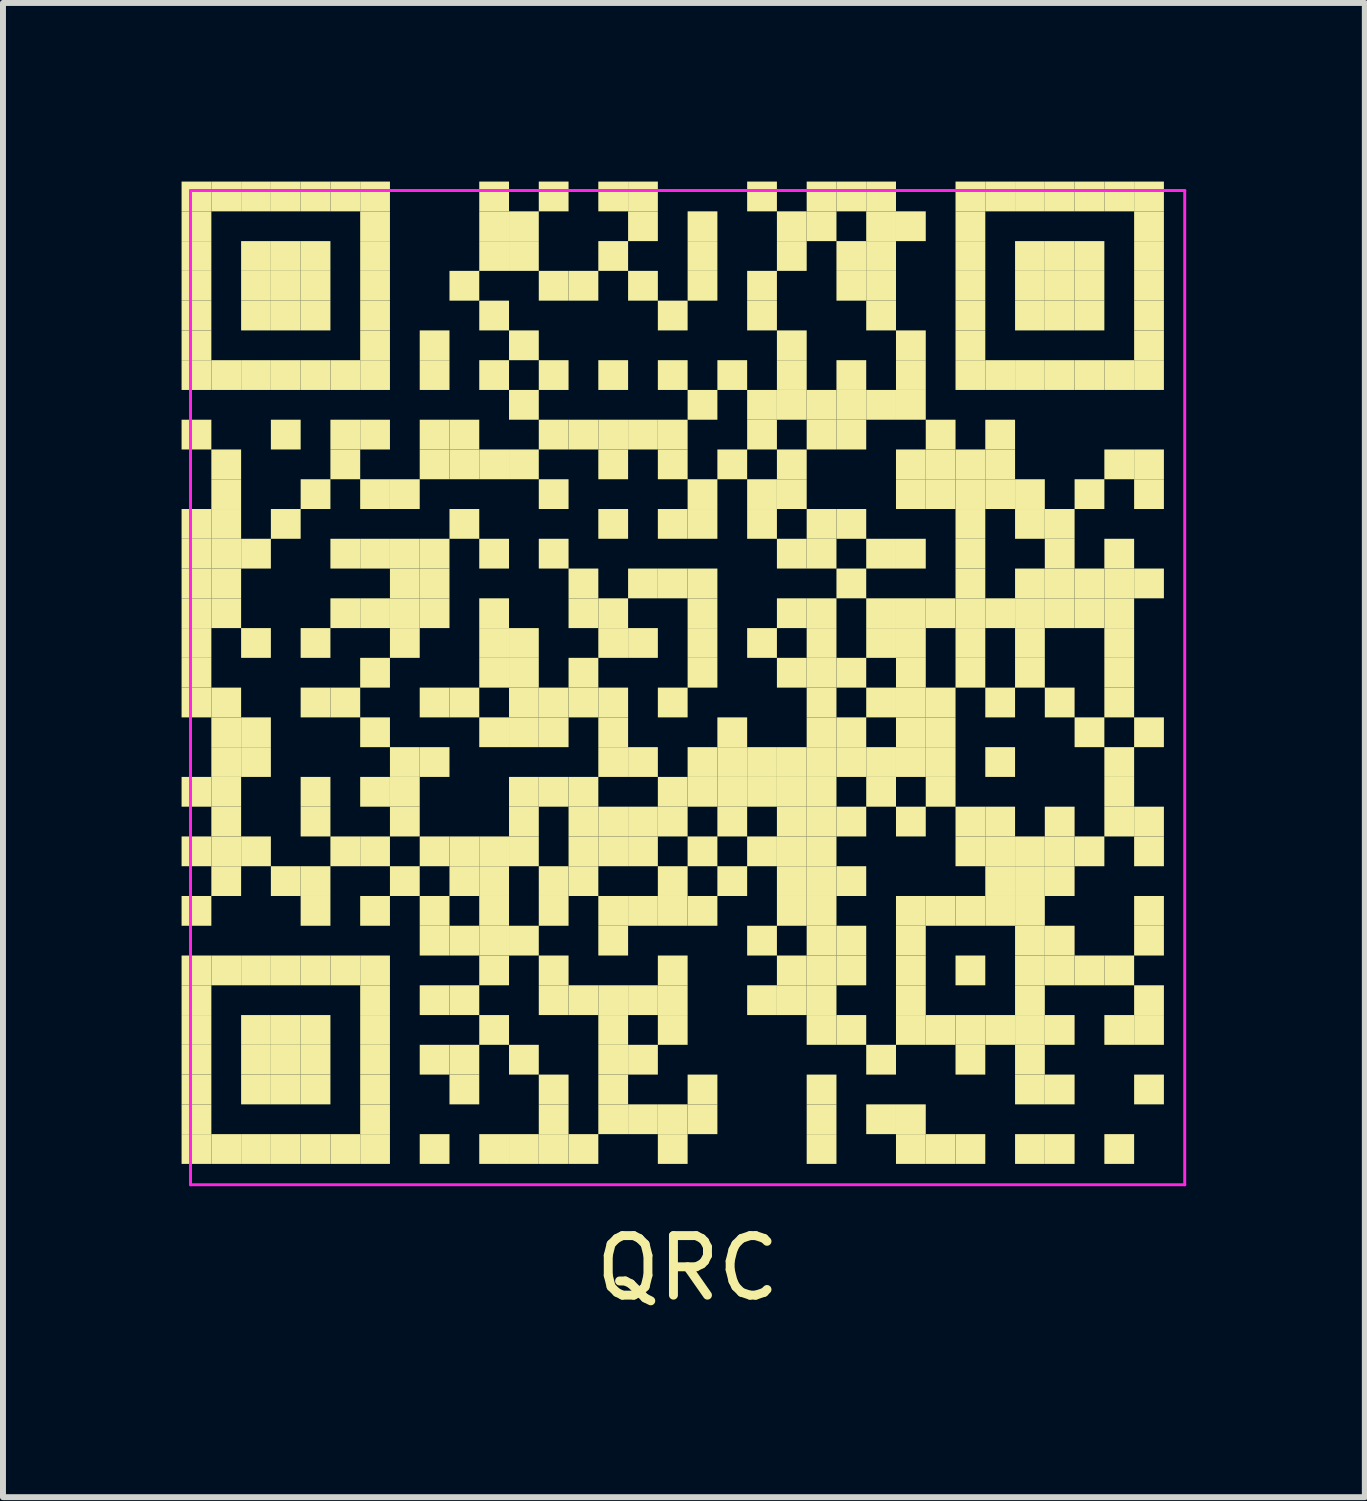
<source format=kicad_pcb>
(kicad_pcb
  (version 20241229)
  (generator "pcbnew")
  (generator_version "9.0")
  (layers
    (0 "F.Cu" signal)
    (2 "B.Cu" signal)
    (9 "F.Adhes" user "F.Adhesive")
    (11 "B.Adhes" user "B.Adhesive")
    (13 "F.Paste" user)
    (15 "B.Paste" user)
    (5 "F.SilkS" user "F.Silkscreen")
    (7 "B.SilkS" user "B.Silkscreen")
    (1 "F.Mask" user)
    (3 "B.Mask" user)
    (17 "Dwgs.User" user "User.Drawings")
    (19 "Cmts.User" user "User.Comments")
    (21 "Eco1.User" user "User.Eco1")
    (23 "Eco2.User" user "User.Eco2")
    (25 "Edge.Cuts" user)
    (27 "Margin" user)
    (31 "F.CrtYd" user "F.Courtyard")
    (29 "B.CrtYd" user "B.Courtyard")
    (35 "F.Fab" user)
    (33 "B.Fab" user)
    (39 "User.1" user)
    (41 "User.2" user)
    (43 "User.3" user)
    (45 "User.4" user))
  (footprint "QRC"
    (layer "F.Cu")
    (at 8.5 8.5)
    (property "Reference" "QRC" (at 0 9.75 0) (layer "F.SilkS") (effects (font (size 1 1) (thickness 0.15))))
    (attr through_hole)
    (fp_poly (pts (xy -8 -8) (xy -8 -8.5) (xy -8.5 -8.5) (xy -8.5 -8)) (stroke (width 0) (type solid)) (fill yes) (layer "F.SilkS"))
    (fp_poly (pts (xy -8 -7.5) (xy -8 -8) (xy -8.5 -8) (xy -8.5 -7.5)) (stroke (width 0) (type solid)) (fill yes) (layer "F.SilkS"))
    (fp_poly (pts (xy -8 -7) (xy -8 -7.5) (xy -8.5 -7.5) (xy -8.5 -7)) (stroke (width 0) (type solid)) (fill yes) (layer "F.SilkS"))
    (fp_poly (pts (xy -8 -6.5) (xy -8 -7) (xy -8.5 -7) (xy -8.5 -6.5)) (stroke (width 0) (type solid)) (fill yes) (layer "F.SilkS"))
    (fp_poly (pts (xy -8 -6) (xy -8 -6.5) (xy -8.5 -6.5) (xy -8.5 -6)) (stroke (width 0) (type solid)) (fill yes) (layer "F.SilkS"))
    (fp_poly (pts (xy -8 -5.5) (xy -8 -6) (xy -8.5 -6) (xy -8.5 -5.5)) (stroke (width 0) (type solid)) (fill yes) (layer "F.SilkS"))
    (fp_poly (pts (xy -8 -5) (xy -8 -5.5) (xy -8.5 -5.5) (xy -8.5 -5)) (stroke (width 0) (type solid)) (fill yes) (layer "F.SilkS"))
    (fp_poly (pts (xy -8 -4) (xy -8 -4.5) (xy -8.5 -4.5) (xy -8.5 -4)) (stroke (width 0) (type solid)) (fill yes) (layer "F.SilkS"))
    (fp_poly (pts (xy -8 -2.5) (xy -8 -3) (xy -8.5 -3) (xy -8.5 -2.5)) (stroke (width 0) (type solid)) (fill yes) (layer "F.SilkS"))
    (fp_poly (pts (xy -8 -2) (xy -8 -2.5) (xy -8.5 -2.5) (xy -8.5 -2)) (stroke (width 0) (type solid)) (fill yes) (layer "F.SilkS"))
    (fp_poly (pts (xy -8 -1.5) (xy -8 -2) (xy -8.5 -2) (xy -8.5 -1.5)) (stroke (width 0) (type solid)) (fill yes) (layer "F.SilkS"))
    (fp_poly (pts (xy -8 -1) (xy -8 -1.5) (xy -8.5 -1.5) (xy -8.5 -1)) (stroke (width 0) (type solid)) (fill yes) (layer "F.SilkS"))
    (fp_poly (pts (xy -8 -0.5) (xy -8 -1) (xy -8.5 -1) (xy -8.5 -0.5)) (stroke (width 0) (type solid)) (fill yes) (layer "F.SilkS"))
    (fp_poly (pts (xy -8 0) (xy -8 -0.5) (xy -8.5 -0.5) (xy -8.5 0)) (stroke (width 0) (type solid)) (fill yes) (layer "F.SilkS"))
    (fp_poly (pts (xy -8 0.5) (xy -8 0) (xy -8.5 0) (xy -8.5 0.5)) (stroke (width 0) (type solid)) (fill yes) (layer "F.SilkS"))
    (fp_poly (pts (xy -8 2) (xy -8 1.5) (xy -8.5 1.5) (xy -8.5 2)) (stroke (width 0) (type solid)) (fill yes) (layer "F.SilkS"))
    (fp_poly (pts (xy -8 3) (xy -8 2.5) (xy -8.5 2.5) (xy -8.5 3)) (stroke (width 0) (type solid)) (fill yes) (layer "F.SilkS"))
    (fp_poly (pts (xy -8 4) (xy -8 3.5) (xy -8.5 3.5) (xy -8.5 4)) (stroke (width 0) (type solid)) (fill yes) (layer "F.SilkS"))
    (fp_poly (pts (xy -8 5) (xy -8 4.5) (xy -8.5 4.5) (xy -8.5 5)) (stroke (width 0) (type solid)) (fill yes) (layer "F.SilkS"))
    (fp_poly (pts (xy -8 5.5) (xy -8 5) (xy -8.5 5) (xy -8.5 5.5)) (stroke (width 0) (type solid)) (fill yes) (layer "F.SilkS"))
    (fp_poly (pts (xy -8 6) (xy -8 5.5) (xy -8.5 5.5) (xy -8.5 6)) (stroke (width 0) (type solid)) (fill yes) (layer "F.SilkS"))
    (fp_poly (pts (xy -8 6.5) (xy -8 6) (xy -8.5 6) (xy -8.5 6.5)) (stroke (width 0) (type solid)) (fill yes) (layer "F.SilkS"))
    (fp_poly (pts (xy -8 7) (xy -8 6.5) (xy -8.5 6.5) (xy -8.5 7)) (stroke (width 0) (type solid)) (fill yes) (layer "F.SilkS"))
    (fp_poly (pts (xy -8 7.5) (xy -8 7) (xy -8.5 7) (xy -8.5 7.5)) (stroke (width 0) (type solid)) (fill yes) (layer "F.SilkS"))
    (fp_poly (pts (xy -8 8) (xy -8 7.5) (xy -8.5 7.5) (xy -8.5 8)) (stroke (width 0) (type solid)) (fill yes) (layer "F.SilkS"))
    (fp_poly (pts (xy -7.5 -8) (xy -7.5 -8.5) (xy -8 -8.5) (xy -8 -8)) (stroke (width 0) (type solid)) (fill yes) (layer "F.SilkS"))
    (fp_poly (pts (xy -7.5 -5) (xy -7.5 -5.5) (xy -8 -5.5) (xy -8 -5)) (stroke (width 0) (type solid)) (fill yes) (layer "F.SilkS"))
    (fp_poly (pts (xy -7.5 -3.5) (xy -7.5 -4) (xy -8 -4) (xy -8 -3.5)) (stroke (width 0) (type solid)) (fill yes) (layer "F.SilkS"))
    (fp_poly (pts (xy -7.5 -3) (xy -7.5 -3.5) (xy -8 -3.5) (xy -8 -3)) (stroke (width 0) (type solid)) (fill yes) (layer "F.SilkS"))
    (fp_poly (pts (xy -7.5 -2.5) (xy -7.5 -3) (xy -8 -3) (xy -8 -2.5)) (stroke (width 0) (type solid)) (fill yes) (layer "F.SilkS"))
    (fp_poly (pts (xy -7.5 -2) (xy -7.5 -2.5) (xy -8 -2.5) (xy -8 -2)) (stroke (width 0) (type solid)) (fill yes) (layer "F.SilkS"))
    (fp_poly (pts (xy -7.5 -1.5) (xy -7.5 -2) (xy -8 -2) (xy -8 -1.5)) (stroke (width 0) (type solid)) (fill yes) (layer "F.SilkS"))
    (fp_poly (pts (xy -7.5 -1) (xy -7.5 -1.5) (xy -8 -1.5) (xy -8 -1)) (stroke (width 0) (type solid)) (fill yes) (layer "F.SilkS"))
    (fp_poly (pts (xy -7.5 0.5) (xy -7.5 0) (xy -8 0) (xy -8 0.5)) (stroke (width 0) (type solid)) (fill yes) (layer "F.SilkS"))
    (fp_poly (pts (xy -7.5 1) (xy -7.5 0.5) (xy -8 0.5) (xy -8 1)) (stroke (width 0) (type solid)) (fill yes) (layer "F.SilkS"))
    (fp_poly (pts (xy -7.5 1.5) (xy -7.5 1) (xy -8 1) (xy -8 1.5)) (stroke (width 0) (type solid)) (fill yes) (layer "F.SilkS"))
    (fp_poly (pts (xy -7.5 2) (xy -7.5 1.5) (xy -8 1.5) (xy -8 2)) (stroke (width 0) (type solid)) (fill yes) (layer "F.SilkS"))
    (fp_poly (pts (xy -7.5 2.5) (xy -7.5 2) (xy -8 2) (xy -8 2.5)) (stroke (width 0) (type solid)) (fill yes) (layer "F.SilkS"))
    (fp_poly (pts (xy -7.5 3) (xy -7.5 2.5) (xy -8 2.5) (xy -8 3)) (stroke (width 0) (type solid)) (fill yes) (layer "F.SilkS"))
    (fp_poly (pts (xy -7.5 3.5) (xy -7.5 3) (xy -8 3) (xy -8 3.5)) (stroke (width 0) (type solid)) (fill yes) (layer "F.SilkS"))
    (fp_poly (pts (xy -7.5 5) (xy -7.5 4.5) (xy -8 4.5) (xy -8 5)) (stroke (width 0) (type solid)) (fill yes) (layer "F.SilkS"))
    (fp_poly (pts (xy -7.5 8) (xy -7.5 7.5) (xy -8 7.5) (xy -8 8)) (stroke (width 0) (type solid)) (fill yes) (layer "F.SilkS"))
    (fp_poly (pts (xy -7 -8) (xy -7 -8.5) (xy -7.5 -8.5) (xy -7.5 -8)) (stroke (width 0) (type solid)) (fill yes) (layer "F.SilkS"))
    (fp_poly (pts (xy -7 -7) (xy -7 -7.5) (xy -7.5 -7.5) (xy -7.5 -7)) (stroke (width 0) (type solid)) (fill yes) (layer "F.SilkS"))
    (fp_poly (pts (xy -7 -6.5) (xy -7 -7) (xy -7.5 -7) (xy -7.5 -6.5)) (stroke (width 0) (type solid)) (fill yes) (layer "F.SilkS"))
    (fp_poly (pts (xy -7 -6) (xy -7 -6.5) (xy -7.5 -6.5) (xy -7.5 -6)) (stroke (width 0) (type solid)) (fill yes) (layer "F.SilkS"))
    (fp_poly (pts (xy -7 -5) (xy -7 -5.5) (xy -7.5 -5.5) (xy -7.5 -5)) (stroke (width 0) (type solid)) (fill yes) (layer "F.SilkS"))
    (fp_poly (pts (xy -7 -2) (xy -7 -2.5) (xy -7.5 -2.5) (xy -7.5 -2)) (stroke (width 0) (type solid)) (fill yes) (layer "F.SilkS"))
    (fp_poly (pts (xy -7 -0.5) (xy -7 -1) (xy -7.5 -1) (xy -7.5 -0.5)) (stroke (width 0) (type solid)) (fill yes) (layer "F.SilkS"))
    (fp_poly (pts (xy -7 1) (xy -7 0.5) (xy -7.5 0.5) (xy -7.5 1)) (stroke (width 0) (type solid)) (fill yes) (layer "F.SilkS"))
    (fp_poly (pts (xy -7 1.5) (xy -7 1) (xy -7.5 1) (xy -7.5 1.5)) (stroke (width 0) (type solid)) (fill yes) (layer "F.SilkS"))
    (fp_poly (pts (xy -7 3) (xy -7 2.5) (xy -7.5 2.5) (xy -7.5 3)) (stroke (width 0) (type solid)) (fill yes) (layer "F.SilkS"))
    (fp_poly (pts (xy -7 5) (xy -7 4.5) (xy -7.5 4.5) (xy -7.5 5)) (stroke (width 0) (type solid)) (fill yes) (layer "F.SilkS"))
    (fp_poly (pts (xy -7 6) (xy -7 5.5) (xy -7.5 5.5) (xy -7.5 6)) (stroke (width 0) (type solid)) (fill yes) (layer "F.SilkS"))
    (fp_poly (pts (xy -7 6.5) (xy -7 6) (xy -7.5 6) (xy -7.5 6.5)) (stroke (width 0) (type solid)) (fill yes) (layer "F.SilkS"))
    (fp_poly (pts (xy -7 7) (xy -7 6.5) (xy -7.5 6.5) (xy -7.5 7)) (stroke (width 0) (type solid)) (fill yes) (layer "F.SilkS"))
    (fp_poly (pts (xy -7 8) (xy -7 7.5) (xy -7.5 7.5) (xy -7.5 8)) (stroke (width 0) (type solid)) (fill yes) (layer "F.SilkS"))
    (fp_poly (pts (xy -6.5 -8) (xy -6.5 -8.5) (xy -7 -8.5) (xy -7 -8)) (stroke (width 0) (type solid)) (fill yes) (layer "F.SilkS"))
    (fp_poly (pts (xy -6.5 -7) (xy -6.5 -7.5) (xy -7 -7.5) (xy -7 -7)) (stroke (width 0) (type solid)) (fill yes) (layer "F.SilkS"))
    (fp_poly (pts (xy -6.5 -6.5) (xy -6.5 -7) (xy -7 -7) (xy -7 -6.5)) (stroke (width 0) (type solid)) (fill yes) (layer "F.SilkS"))
    (fp_poly (pts (xy -6.5 -6) (xy -6.5 -6.5) (xy -7 -6.5) (xy -7 -6)) (stroke (width 0) (type solid)) (fill yes) (layer "F.SilkS"))
    (fp_poly (pts (xy -6.5 -5) (xy -6.5 -5.5) (xy -7 -5.5) (xy -7 -5)) (stroke (width 0) (type solid)) (fill yes) (layer "F.SilkS"))
    (fp_poly (pts (xy -6.5 -4) (xy -6.5 -4.5) (xy -7 -4.5) (xy -7 -4)) (stroke (width 0) (type solid)) (fill yes) (layer "F.SilkS"))
    (fp_poly (pts (xy -6.5 -2.5) (xy -6.5 -3) (xy -7 -3) (xy -7 -2.5)) (stroke (width 0) (type solid)) (fill yes) (layer "F.SilkS"))
    (fp_poly (pts (xy -6.5 3.5) (xy -6.5 3) (xy -7 3) (xy -7 3.5)) (stroke (width 0) (type solid)) (fill yes) (layer "F.SilkS"))
    (fp_poly (pts (xy -6.5 5) (xy -6.5 4.5) (xy -7 4.5) (xy -7 5)) (stroke (width 0) (type solid)) (fill yes) (layer "F.SilkS"))
    (fp_poly (pts (xy -6.5 6) (xy -6.5 5.5) (xy -7 5.5) (xy -7 6)) (stroke (width 0) (type solid)) (fill yes) (layer "F.SilkS"))
    (fp_poly (pts (xy -6.5 6.5) (xy -6.5 6) (xy -7 6) (xy -7 6.5)) (stroke (width 0) (type solid)) (fill yes) (layer "F.SilkS"))
    (fp_poly (pts (xy -6.5 7) (xy -6.5 6.5) (xy -7 6.5) (xy -7 7)) (stroke (width 0) (type solid)) (fill yes) (layer "F.SilkS"))
    (fp_poly (pts (xy -6.5 8) (xy -6.5 7.5) (xy -7 7.5) (xy -7 8)) (stroke (width 0) (type solid)) (fill yes) (layer "F.SilkS"))
    (fp_poly (pts (xy -6 -8) (xy -6 -8.5) (xy -6.5 -8.5) (xy -6.5 -8)) (stroke (width 0) (type solid)) (fill yes) (layer "F.SilkS"))
    (fp_poly (pts (xy -6 -7) (xy -6 -7.5) (xy -6.5 -7.5) (xy -6.5 -7)) (stroke (width 0) (type solid)) (fill yes) (layer "F.SilkS"))
    (fp_poly (pts (xy -6 -6.5) (xy -6 -7) (xy -6.5 -7) (xy -6.5 -6.5)) (stroke (width 0) (type solid)) (fill yes) (layer "F.SilkS"))
    (fp_poly (pts (xy -6 -6) (xy -6 -6.5) (xy -6.5 -6.5) (xy -6.5 -6)) (stroke (width 0) (type solid)) (fill yes) (layer "F.SilkS"))
    (fp_poly (pts (xy -6 -5) (xy -6 -5.5) (xy -6.5 -5.5) (xy -6.5 -5)) (stroke (width 0) (type solid)) (fill yes) (layer "F.SilkS"))
    (fp_poly (pts (xy -6 -3) (xy -6 -3.5) (xy -6.5 -3.5) (xy -6.5 -3)) (stroke (width 0) (type solid)) (fill yes) (layer "F.SilkS"))
    (fp_poly (pts (xy -6 -0.5) (xy -6 -1) (xy -6.5 -1) (xy -6.5 -0.5)) (stroke (width 0) (type solid)) (fill yes) (layer "F.SilkS"))
    (fp_poly (pts (xy -6 0.5) (xy -6 0) (xy -6.5 0) (xy -6.5 0.5)) (stroke (width 0) (type solid)) (fill yes) (layer "F.SilkS"))
    (fp_poly (pts (xy -6 2) (xy -6 1.5) (xy -6.5 1.5) (xy -6.5 2)) (stroke (width 0) (type solid)) (fill yes) (layer "F.SilkS"))
    (fp_poly (pts (xy -6 2.5) (xy -6 2) (xy -6.5 2) (xy -6.5 2.5)) (stroke (width 0) (type solid)) (fill yes) (layer "F.SilkS"))
    (fp_poly (pts (xy -6 3.5) (xy -6 3) (xy -6.5 3) (xy -6.5 3.5)) (stroke (width 0) (type solid)) (fill yes) (layer "F.SilkS"))
    (fp_poly (pts (xy -6 4) (xy -6 3.5) (xy -6.5 3.5) (xy -6.5 4)) (stroke (width 0) (type solid)) (fill yes) (layer "F.SilkS"))
    (fp_poly (pts (xy -6 5) (xy -6 4.5) (xy -6.5 4.5) (xy -6.5 5)) (stroke (width 0) (type solid)) (fill yes) (layer "F.SilkS"))
    (fp_poly (pts (xy -6 6) (xy -6 5.5) (xy -6.5 5.5) (xy -6.5 6)) (stroke (width 0) (type solid)) (fill yes) (layer "F.SilkS"))
    (fp_poly (pts (xy -6 6.5) (xy -6 6) (xy -6.5 6) (xy -6.5 6.5)) (stroke (width 0) (type solid)) (fill yes) (layer "F.SilkS"))
    (fp_poly (pts (xy -6 7) (xy -6 6.5) (xy -6.5 6.5) (xy -6.5 7)) (stroke (width 0) (type solid)) (fill yes) (layer "F.SilkS"))
    (fp_poly (pts (xy -6 8) (xy -6 7.5) (xy -6.5 7.5) (xy -6.5 8)) (stroke (width 0) (type solid)) (fill yes) (layer "F.SilkS"))
    (fp_poly (pts (xy -5.5 -8) (xy -5.5 -8.5) (xy -6 -8.5) (xy -6 -8)) (stroke (width 0) (type solid)) (fill yes) (layer "F.SilkS"))
    (fp_poly (pts (xy -5.5 -5) (xy -5.5 -5.5) (xy -6 -5.5) (xy -6 -5)) (stroke (width 0) (type solid)) (fill yes) (layer "F.SilkS"))
    (fp_poly (pts (xy -5.5 -4) (xy -5.5 -4.5) (xy -6 -4.5) (xy -6 -4)) (stroke (width 0) (type solid)) (fill yes) (layer "F.SilkS"))
    (fp_poly (pts (xy -5.5 -3.5) (xy -5.5 -4) (xy -6 -4) (xy -6 -3.5)) (stroke (width 0) (type solid)) (fill yes) (layer "F.SilkS"))
    (fp_poly (pts (xy -5.5 -2) (xy -5.5 -2.5) (xy -6 -2.5) (xy -6 -2)) (stroke (width 0) (type solid)) (fill yes) (layer "F.SilkS"))
    (fp_poly (pts (xy -5.5 -1) (xy -5.5 -1.5) (xy -6 -1.5) (xy -6 -1)) (stroke (width 0) (type solid)) (fill yes) (layer "F.SilkS"))
    (fp_poly (pts (xy -5.5 0.5) (xy -5.5 0) (xy -6 0) (xy -6 0.5)) (stroke (width 0) (type solid)) (fill yes) (layer "F.SilkS"))
    (fp_poly (pts (xy -5.5 3) (xy -5.5 2.5) (xy -6 2.5) (xy -6 3)) (stroke (width 0) (type solid)) (fill yes) (layer "F.SilkS"))
    (fp_poly (pts (xy -5.5 5) (xy -5.5 4.5) (xy -6 4.5) (xy -6 5)) (stroke (width 0) (type solid)) (fill yes) (layer "F.SilkS"))
    (fp_poly (pts (xy -5.5 8) (xy -5.5 7.5) (xy -6 7.5) (xy -6 8)) (stroke (width 0) (type solid)) (fill yes) (layer "F.SilkS"))
    (fp_poly (pts (xy -5 -8) (xy -5 -8.5) (xy -5.5 -8.5) (xy -5.5 -8)) (stroke (width 0) (type solid)) (fill yes) (layer "F.SilkS"))
    (fp_poly (pts (xy -5 -7.5) (xy -5 -8) (xy -5.5 -8) (xy -5.5 -7.5)) (stroke (width 0) (type solid)) (fill yes) (layer "F.SilkS"))
    (fp_poly (pts (xy -5 -7) (xy -5 -7.5) (xy -5.5 -7.5) (xy -5.5 -7)) (stroke (width 0) (type solid)) (fill yes) (layer "F.SilkS"))
    (fp_poly (pts (xy -5 -6.5) (xy -5 -7) (xy -5.5 -7) (xy -5.5 -6.5)) (stroke (width 0) (type solid)) (fill yes) (layer "F.SilkS"))
    (fp_poly (pts (xy -5 -6) (xy -5 -6.5) (xy -5.5 -6.5) (xy -5.5 -6)) (stroke (width 0) (type solid)) (fill yes) (layer "F.SilkS"))
    (fp_poly (pts (xy -5 -5.5) (xy -5 -6) (xy -5.5 -6) (xy -5.5 -5.5)) (stroke (width 0) (type solid)) (fill yes) (layer "F.SilkS"))
    (fp_poly (pts (xy -5 -5) (xy -5 -5.5) (xy -5.5 -5.5) (xy -5.5 -5)) (stroke (width 0) (type solid)) (fill yes) (layer "F.SilkS"))
    (fp_poly (pts (xy -5 -4) (xy -5 -4.5) (xy -5.5 -4.5) (xy -5.5 -4)) (stroke (width 0) (type solid)) (fill yes) (layer "F.SilkS"))
    (fp_poly (pts (xy -5 -3) (xy -5 -3.5) (xy -5.5 -3.5) (xy -5.5 -3)) (stroke (width 0) (type solid)) (fill yes) (layer "F.SilkS"))
    (fp_poly (pts (xy -5 -2) (xy -5 -2.5) (xy -5.5 -2.5) (xy -5.5 -2)) (stroke (width 0) (type solid)) (fill yes) (layer "F.SilkS"))
    (fp_poly (pts (xy -5 -1) (xy -5 -1.5) (xy -5.5 -1.5) (xy -5.5 -1)) (stroke (width 0) (type solid)) (fill yes) (layer "F.SilkS"))
    (fp_poly (pts (xy -5 0) (xy -5 -0.5) (xy -5.5 -0.5) (xy -5.5 0)) (stroke (width 0) (type solid)) (fill yes) (layer "F.SilkS"))
    (fp_poly (pts (xy -5 1) (xy -5 0.5) (xy -5.5 0.5) (xy -5.5 1)) (stroke (width 0) (type solid)) (fill yes) (layer "F.SilkS"))
    (fp_poly (pts (xy -5 2) (xy -5 1.5) (xy -5.5 1.5) (xy -5.5 2)) (stroke (width 0) (type solid)) (fill yes) (layer "F.SilkS"))
    (fp_poly (pts (xy -5 3) (xy -5 2.5) (xy -5.5 2.5) (xy -5.5 3)) (stroke (width 0) (type solid)) (fill yes) (layer "F.SilkS"))
    (fp_poly (pts (xy -5 4) (xy -5 3.5) (xy -5.5 3.5) (xy -5.5 4)) (stroke (width 0) (type solid)) (fill yes) (layer "F.SilkS"))
    (fp_poly (pts (xy -5 5) (xy -5 4.5) (xy -5.5 4.5) (xy -5.5 5)) (stroke (width 0) (type solid)) (fill yes) (layer "F.SilkS"))
    (fp_poly (pts (xy -5 5.5) (xy -5 5) (xy -5.5 5) (xy -5.5 5.5)) (stroke (width 0) (type solid)) (fill yes) (layer "F.SilkS"))
    (fp_poly (pts (xy -5 6) (xy -5 5.5) (xy -5.5 5.5) (xy -5.5 6)) (stroke (width 0) (type solid)) (fill yes) (layer "F.SilkS"))
    (fp_poly (pts (xy -5 6.5) (xy -5 6) (xy -5.5 6) (xy -5.5 6.5)) (stroke (width 0) (type solid)) (fill yes) (layer "F.SilkS"))
    (fp_poly (pts (xy -5 7) (xy -5 6.5) (xy -5.5 6.5) (xy -5.5 7)) (stroke (width 0) (type solid)) (fill yes) (layer "F.SilkS"))
    (fp_poly (pts (xy -5 7.5) (xy -5 7) (xy -5.5 7) (xy -5.5 7.5)) (stroke (width 0) (type solid)) (fill yes) (layer "F.SilkS"))
    (fp_poly (pts (xy -5 8) (xy -5 7.5) (xy -5.5 7.5) (xy -5.5 8)) (stroke (width 0) (type solid)) (fill yes) (layer "F.SilkS"))
    (fp_poly (pts (xy -4.5 -3) (xy -4.5 -3.5) (xy -5 -3.5) (xy -5 -3)) (stroke (width 0) (type solid)) (fill yes) (layer "F.SilkS"))
    (fp_poly (pts (xy -4.5 -2) (xy -4.5 -2.5) (xy -5 -2.5) (xy -5 -2)) (stroke (width 0) (type solid)) (fill yes) (layer "F.SilkS"))
    (fp_poly (pts (xy -4.5 -1.5) (xy -4.5 -2) (xy -5 -2) (xy -5 -1.5)) (stroke (width 0) (type solid)) (fill yes) (layer "F.SilkS"))
    (fp_poly (pts (xy -4.5 -1) (xy -4.5 -1.5) (xy -5 -1.5) (xy -5 -1)) (stroke (width 0) (type solid)) (fill yes) (layer "F.SilkS"))
    (fp_poly (pts (xy -4.5 -0.5) (xy -4.5 -1) (xy -5 -1) (xy -5 -0.5)) (stroke (width 0) (type solid)) (fill yes) (layer "F.SilkS"))
    (fp_poly (pts (xy -4.5 1.5) (xy -4.5 1) (xy -5 1) (xy -5 1.5)) (stroke (width 0) (type solid)) (fill yes) (layer "F.SilkS"))
    (fp_poly (pts (xy -4.5 2) (xy -4.5 1.5) (xy -5 1.5) (xy -5 2)) (stroke (width 0) (type solid)) (fill yes) (layer "F.SilkS"))
    (fp_poly (pts (xy -4.5 2.5) (xy -4.5 2) (xy -5 2) (xy -5 2.5)) (stroke (width 0) (type solid)) (fill yes) (layer "F.SilkS"))
    (fp_poly (pts (xy -4.5 3.5) (xy -4.5 3) (xy -5 3) (xy -5 3.5)) (stroke (width 0) (type solid)) (fill yes) (layer "F.SilkS"))
    (fp_poly (pts (xy -4 -5.5) (xy -4 -6) (xy -4.5 -6) (xy -4.5 -5.5)) (stroke (width 0) (type solid)) (fill yes) (layer "F.SilkS"))
    (fp_poly (pts (xy -4 -5) (xy -4 -5.5) (xy -4.5 -5.5) (xy -4.5 -5)) (stroke (width 0) (type solid)) (fill yes) (layer "F.SilkS"))
    (fp_poly (pts (xy -4 -4) (xy -4 -4.5) (xy -4.5 -4.5) (xy -4.5 -4)) (stroke (width 0) (type solid)) (fill yes) (layer "F.SilkS"))
    (fp_poly (pts (xy -4 -3.5) (xy -4 -4) (xy -4.5 -4) (xy -4.5 -3.5)) (stroke (width 0) (type solid)) (fill yes) (layer "F.SilkS"))
    (fp_poly (pts (xy -4 -2) (xy -4 -2.5) (xy -4.5 -2.5) (xy -4.5 -2)) (stroke (width 0) (type solid)) (fill yes) (layer "F.SilkS"))
    (fp_poly (pts (xy -4 -1.5) (xy -4 -2) (xy -4.5 -2) (xy -4.5 -1.5)) (stroke (width 0) (type solid)) (fill yes) (layer "F.SilkS"))
    (fp_poly (pts (xy -4 -1) (xy -4 -1.5) (xy -4.5 -1.5) (xy -4.5 -1)) (stroke (width 0) (type solid)) (fill yes) (layer "F.SilkS"))
    (fp_poly (pts (xy -4 0.5) (xy -4 0) (xy -4.5 0) (xy -4.5 0.5)) (stroke (width 0) (type solid)) (fill yes) (layer "F.SilkS"))
    (fp_poly (pts (xy -4 1.5) (xy -4 1) (xy -4.5 1) (xy -4.5 1.5)) (stroke (width 0) (type solid)) (fill yes) (layer "F.SilkS"))
    (fp_poly (pts (xy -4 3) (xy -4 2.5) (xy -4.5 2.5) (xy -4.5 3)) (stroke (width 0) (type solid)) (fill yes) (layer "F.SilkS"))
    (fp_poly (pts (xy -4 4) (xy -4 3.5) (xy -4.5 3.5) (xy -4.5 4)) (stroke (width 0) (type solid)) (fill yes) (layer "F.SilkS"))
    (fp_poly (pts (xy -4 4.5) (xy -4 4) (xy -4.5 4) (xy -4.5 4.5)) (stroke (width 0) (type solid)) (fill yes) (layer "F.SilkS"))
    (fp_poly (pts (xy -4 5.5) (xy -4 5) (xy -4.5 5) (xy -4.5 5.5)) (stroke (width 0) (type solid)) (fill yes) (layer "F.SilkS"))
    (fp_poly (pts (xy -4 6.5) (xy -4 6) (xy -4.5 6) (xy -4.5 6.5)) (stroke (width 0) (type solid)) (fill yes) (layer "F.SilkS"))
    (fp_poly (pts (xy -4 8) (xy -4 7.5) (xy -4.5 7.5) (xy -4.5 8)) (stroke (width 0) (type solid)) (fill yes) (layer "F.SilkS"))
    (fp_poly (pts (xy -3.5 -6.5) (xy -3.5 -7) (xy -4 -7) (xy -4 -6.5)) (stroke (width 0) (type solid)) (fill yes) (layer "F.SilkS"))
    (fp_poly (pts (xy -3.5 -4) (xy -3.5 -4.5) (xy -4 -4.5) (xy -4 -4)) (stroke (width 0) (type solid)) (fill yes) (layer "F.SilkS"))
    (fp_poly (pts (xy -3.5 -3.5) (xy -3.5 -4) (xy -4 -4) (xy -4 -3.5)) (stroke (width 0) (type solid)) (fill yes) (layer "F.SilkS"))
    (fp_poly (pts (xy -3.5 -2.5) (xy -3.5 -3) (xy -4 -3) (xy -4 -2.5)) (stroke (width 0) (type solid)) (fill yes) (layer "F.SilkS"))
    (fp_poly (pts (xy -3.5 0.5) (xy -3.5 0) (xy -4 0) (xy -4 0.5)) (stroke (width 0) (type solid)) (fill yes) (layer "F.SilkS"))
    (fp_poly (pts (xy -3.5 3) (xy -3.5 2.5) (xy -4 2.5) (xy -4 3)) (stroke (width 0) (type solid)) (fill yes) (layer "F.SilkS"))
    (fp_poly (pts (xy -3.5 3.5) (xy -3.5 3) (xy -4 3) (xy -4 3.5)) (stroke (width 0) (type solid)) (fill yes) (layer "F.SilkS"))
    (fp_poly (pts (xy -3.5 4.5) (xy -3.5 4) (xy -4 4) (xy -4 4.5)) (stroke (width 0) (type solid)) (fill yes) (layer "F.SilkS"))
    (fp_poly (pts (xy -3.5 5.5) (xy -3.5 5) (xy -4 5) (xy -4 5.5)) (stroke (width 0) (type solid)) (fill yes) (layer "F.SilkS"))
    (fp_poly (pts (xy -3.5 6.5) (xy -3.5 6) (xy -4 6) (xy -4 6.5)) (stroke (width 0) (type solid)) (fill yes) (layer "F.SilkS"))
    (fp_poly (pts (xy -3.5 7) (xy -3.5 6.5) (xy -4 6.5) (xy -4 7)) (stroke (width 0) (type solid)) (fill yes) (layer "F.SilkS"))
    (fp_poly (pts (xy -3 -8) (xy -3 -8.5) (xy -3.5 -8.5) (xy -3.5 -8)) (stroke (width 0) (type solid)) (fill yes) (layer "F.SilkS"))
    (fp_poly (pts (xy -3 -7.5) (xy -3 -8) (xy -3.5 -8) (xy -3.5 -7.5)) (stroke (width 0) (type solid)) (fill yes) (layer "F.SilkS"))
    (fp_poly (pts (xy -3 -7) (xy -3 -7.5) (xy -3.5 -7.5) (xy -3.5 -7)) (stroke (width 0) (type solid)) (fill yes) (layer "F.SilkS"))
    (fp_poly (pts (xy -3 -6) (xy -3 -6.5) (xy -3.5 -6.5) (xy -3.5 -6)) (stroke (width 0) (type solid)) (fill yes) (layer "F.SilkS"))
    (fp_poly (pts (xy -3 -5) (xy -3 -5.5) (xy -3.5 -5.5) (xy -3.5 -5)) (stroke (width 0) (type solid)) (fill yes) (layer "F.SilkS"))
    (fp_poly (pts (xy -3 -3.5) (xy -3 -4) (xy -3.5 -4) (xy -3.5 -3.5)) (stroke (width 0) (type solid)) (fill yes) (layer "F.SilkS"))
    (fp_poly (pts (xy -3 -2) (xy -3 -2.5) (xy -3.5 -2.5) (xy -3.5 -2)) (stroke (width 0) (type solid)) (fill yes) (layer "F.SilkS"))
    (fp_poly (pts (xy -3 -1) (xy -3 -1.5) (xy -3.5 -1.5) (xy -3.5 -1)) (stroke (width 0) (type solid)) (fill yes) (layer "F.SilkS"))
    (fp_poly (pts (xy -3 -0.5) (xy -3 -1) (xy -3.5 -1) (xy -3.5 -0.5)) (stroke (width 0) (type solid)) (fill yes) (layer "F.SilkS"))
    (fp_poly (pts (xy -3 0) (xy -3 -0.5) (xy -3.5 -0.5) (xy -3.5 0)) (stroke (width 0) (type solid)) (fill yes) (layer "F.SilkS"))
    (fp_poly (pts (xy -3 1) (xy -3 0.5) (xy -3.5 0.5) (xy -3.5 1)) (stroke (width 0) (type solid)) (fill yes) (layer "F.SilkS"))
    (fp_poly (pts (xy -3 3) (xy -3 2.5) (xy -3.5 2.5) (xy -3.5 3)) (stroke (width 0) (type solid)) (fill yes) (layer "F.SilkS"))
    (fp_poly (pts (xy -3 3.5) (xy -3 3) (xy -3.5 3) (xy -3.5 3.5)) (stroke (width 0) (type solid)) (fill yes) (layer "F.SilkS"))
    (fp_poly (pts (xy -3 4) (xy -3 3.5) (xy -3.5 3.5) (xy -3.5 4)) (stroke (width 0) (type solid)) (fill yes) (layer "F.SilkS"))
    (fp_poly (pts (xy -3 4.5) (xy -3 4) (xy -3.5 4) (xy -3.5 4.5)) (stroke (width 0) (type solid)) (fill yes) (layer "F.SilkS"))
    (fp_poly (pts (xy -3 5) (xy -3 4.5) (xy -3.5 4.5) (xy -3.5 5)) (stroke (width 0) (type solid)) (fill yes) (layer "F.SilkS"))
    (fp_poly (pts (xy -3 6) (xy -3 5.5) (xy -3.5 5.5) (xy -3.5 6)) (stroke (width 0) (type solid)) (fill yes) (layer "F.SilkS"))
    (fp_poly (pts (xy -3 8) (xy -3 7.5) (xy -3.5 7.5) (xy -3.5 8)) (stroke (width 0) (type solid)) (fill yes) (layer "F.SilkS"))
    (fp_poly (pts (xy -2.5 -7.5) (xy -2.5 -8) (xy -3 -8) (xy -3 -7.5)) (stroke (width 0) (type solid)) (fill yes) (layer "F.SilkS"))
    (fp_poly (pts (xy -2.5 -7) (xy -2.5 -7.5) (xy -3 -7.5) (xy -3 -7)) (stroke (width 0) (type solid)) (fill yes) (layer "F.SilkS"))
    (fp_poly (pts (xy -2.5 -5.5) (xy -2.5 -6) (xy -3 -6) (xy -3 -5.5)) (stroke (width 0) (type solid)) (fill yes) (layer "F.SilkS"))
    (fp_poly (pts (xy -2.5 -4.5) (xy -2.5 -5) (xy -3 -5) (xy -3 -4.5)) (stroke (width 0) (type solid)) (fill yes) (layer "F.SilkS"))
    (fp_poly (pts (xy -2.5 -3.5) (xy -2.5 -4) (xy -3 -4) (xy -3 -3.5)) (stroke (width 0) (type solid)) (fill yes) (layer "F.SilkS"))
    (fp_poly (pts (xy -2.5 -0.5) (xy -2.5 -1) (xy -3 -1) (xy -3 -0.5)) (stroke (width 0) (type solid)) (fill yes) (layer "F.SilkS"))
    (fp_poly (pts (xy -2.5 0) (xy -2.5 -0.5) (xy -3 -0.5) (xy -3 0)) (stroke (width 0) (type solid)) (fill yes) (layer "F.SilkS"))
    (fp_poly (pts (xy -2.5 0.5) (xy -2.5 0) (xy -3 0) (xy -3 0.5)) (stroke (width 0) (type solid)) (fill yes) (layer "F.SilkS"))
    (fp_poly (pts (xy -2.5 1) (xy -2.5 0.5) (xy -3 0.5) (xy -3 1)) (stroke (width 0) (type solid)) (fill yes) (layer "F.SilkS"))
    (fp_poly (pts (xy -2.5 2) (xy -2.5 1.5) (xy -3 1.5) (xy -3 2)) (stroke (width 0) (type solid)) (fill yes) (layer "F.SilkS"))
    (fp_poly (pts (xy -2.5 2.5) (xy -2.5 2) (xy -3 2) (xy -3 2.5)) (stroke (width 0) (type solid)) (fill yes) (layer "F.SilkS"))
    (fp_poly (pts (xy -2.5 3) (xy -2.5 2.5) (xy -3 2.5) (xy -3 3)) (stroke (width 0) (type solid)) (fill yes) (layer "F.SilkS"))
    (fp_poly (pts (xy -2.5 4.5) (xy -2.5 4) (xy -3 4) (xy -3 4.5)) (stroke (width 0) (type solid)) (fill yes) (layer "F.SilkS"))
    (fp_poly (pts (xy -2.5 6.5) (xy -2.5 6) (xy -3 6) (xy -3 6.5)) (stroke (width 0) (type solid)) (fill yes) (layer "F.SilkS"))
    (fp_poly (pts (xy -2.5 8) (xy -2.5 7.5) (xy -3 7.5) (xy -3 8)) (stroke (width 0) (type solid)) (fill yes) (layer "F.SilkS"))
    (fp_poly (pts (xy -2 -8) (xy -2 -8.5) (xy -2.5 -8.5) (xy -2.5 -8)) (stroke (width 0) (type solid)) (fill yes) (layer "F.SilkS"))
    (fp_poly (pts (xy -2 -6.5) (xy -2 -7) (xy -2.5 -7) (xy -2.5 -6.5)) (stroke (width 0) (type solid)) (fill yes) (layer "F.SilkS"))
    (fp_poly (pts (xy -2 -5) (xy -2 -5.5) (xy -2.5 -5.5) (xy -2.5 -5)) (stroke (width 0) (type solid)) (fill yes) (layer "F.SilkS"))
    (fp_poly (pts (xy -2 -4) (xy -2 -4.5) (xy -2.5 -4.5) (xy -2.5 -4)) (stroke (width 0) (type solid)) (fill yes) (layer "F.SilkS"))
    (fp_poly (pts (xy -2 -3) (xy -2 -3.5) (xy -2.5 -3.5) (xy -2.5 -3)) (stroke (width 0) (type solid)) (fill yes) (layer "F.SilkS"))
    (fp_poly (pts (xy -2 -2) (xy -2 -2.5) (xy -2.5 -2.5) (xy -2.5 -2)) (stroke (width 0) (type solid)) (fill yes) (layer "F.SilkS"))
    (fp_poly (pts (xy -2 0.5) (xy -2 0) (xy -2.5 0) (xy -2.5 0.5)) (stroke (width 0) (type solid)) (fill yes) (layer "F.SilkS"))
    (fp_poly (pts (xy -2 1) (xy -2 0.5) (xy -2.5 0.5) (xy -2.5 1)) (stroke (width 0) (type solid)) (fill yes) (layer "F.SilkS"))
    (fp_poly (pts (xy -2 2) (xy -2 1.5) (xy -2.5 1.5) (xy -2.5 2)) (stroke (width 0) (type solid)) (fill yes) (layer "F.SilkS"))
    (fp_poly (pts (xy -2 3.5) (xy -2 3) (xy -2.5 3) (xy -2.5 3.5)) (stroke (width 0) (type solid)) (fill yes) (layer "F.SilkS"))
    (fp_poly (pts (xy -2 4) (xy -2 3.5) (xy -2.5 3.5) (xy -2.5 4)) (stroke (width 0) (type solid)) (fill yes) (layer "F.SilkS"))
    (fp_poly (pts (xy -2 5) (xy -2 4.5) (xy -2.5 4.5) (xy -2.5 5)) (stroke (width 0) (type solid)) (fill yes) (layer "F.SilkS"))
    (fp_poly (pts (xy -2 5.5) (xy -2 5) (xy -2.5 5) (xy -2.5 5.5)) (stroke (width 0) (type solid)) (fill yes) (layer "F.SilkS"))
    (fp_poly (pts (xy -2 7) (xy -2 6.5) (xy -2.5 6.5) (xy -2.5 7)) (stroke (width 0) (type solid)) (fill yes) (layer "F.SilkS"))
    (fp_poly (pts (xy -2 7.5) (xy -2 7) (xy -2.5 7) (xy -2.5 7.5)) (stroke (width 0) (type solid)) (fill yes) (layer "F.SilkS"))
    (fp_poly (pts (xy -2 8) (xy -2 7.5) (xy -2.5 7.5) (xy -2.5 8)) (stroke (width 0) (type solid)) (fill yes) (layer "F.SilkS"))
    (fp_poly (pts (xy -1.5 -6.5) (xy -1.5 -7) (xy -2 -7) (xy -2 -6.5)) (stroke (width 0) (type solid)) (fill yes) (layer "F.SilkS"))
    (fp_poly (pts (xy -1.5 -4) (xy -1.5 -4.5) (xy -2 -4.5) (xy -2 -4)) (stroke (width 0) (type solid)) (fill yes) (layer "F.SilkS"))
    (fp_poly (pts (xy -1.5 -1.5) (xy -1.5 -2) (xy -2 -2) (xy -2 -1.5)) (stroke (width 0) (type solid)) (fill yes) (layer "F.SilkS"))
    (fp_poly (pts (xy -1.5 -1) (xy -1.5 -1.5) (xy -2 -1.5) (xy -2 -1)) (stroke (width 0) (type solid)) (fill yes) (layer "F.SilkS"))
    (fp_poly (pts (xy -1.5 0) (xy -1.5 -0.5) (xy -2 -0.5) (xy -2 0)) (stroke (width 0) (type solid)) (fill yes) (layer "F.SilkS"))
    (fp_poly (pts (xy -1.5 0.5) (xy -1.5 0) (xy -2 0) (xy -2 0.5)) (stroke (width 0) (type solid)) (fill yes) (layer "F.SilkS"))
    (fp_poly (pts (xy -1.5 2) (xy -1.5 1.5) (xy -2 1.5) (xy -2 2)) (stroke (width 0) (type solid)) (fill yes) (layer "F.SilkS"))
    (fp_poly (pts (xy -1.5 2.5) (xy -1.5 2) (xy -2 2) (xy -2 2.5)) (stroke (width 0) (type solid)) (fill yes) (layer "F.SilkS"))
    (fp_poly (pts (xy -1.5 3) (xy -1.5 2.5) (xy -2 2.5) (xy -2 3)) (stroke (width 0) (type solid)) (fill yes) (layer "F.SilkS"))
    (fp_poly (pts (xy -1.5 3.5) (xy -1.5 3) (xy -2 3) (xy -2 3.5)) (stroke (width 0) (type solid)) (fill yes) (layer "F.SilkS"))
    (fp_poly (pts (xy -1.5 5.5) (xy -1.5 5) (xy -2 5) (xy -2 5.5)) (stroke (width 0) (type solid)) (fill yes) (layer "F.SilkS"))
    (fp_poly (pts (xy -1.5 8) (xy -1.5 7.5) (xy -2 7.5) (xy -2 8)) (stroke (width 0) (type solid)) (fill yes) (layer "F.SilkS"))
    (fp_poly (pts (xy -1 -8) (xy -1 -8.5) (xy -1.5 -8.5) (xy -1.5 -8)) (stroke (width 0) (type solid)) (fill yes) (layer "F.SilkS"))
    (fp_poly (pts (xy -1 -7) (xy -1 -7.5) (xy -1.5 -7.5) (xy -1.5 -7)) (stroke (width 0) (type solid)) (fill yes) (layer "F.SilkS"))
    (fp_poly (pts (xy -1 -5) (xy -1 -5.5) (xy -1.5 -5.5) (xy -1.5 -5)) (stroke (width 0) (type solid)) (fill yes) (layer "F.SilkS"))
    (fp_poly (pts (xy -1 -4) (xy -1 -4.5) (xy -1.5 -4.5) (xy -1.5 -4)) (stroke (width 0) (type solid)) (fill yes) (layer "F.SilkS"))
    (fp_poly (pts (xy -1 -3.5) (xy -1 -4) (xy -1.5 -4) (xy -1.5 -3.5)) (stroke (width 0) (type solid)) (fill yes) (layer "F.SilkS"))
    (fp_poly (pts (xy -1 -2.5) (xy -1 -3) (xy -1.5 -3) (xy -1.5 -2.5)) (stroke (width 0) (type solid)) (fill yes) (layer "F.SilkS"))
    (fp_poly (pts (xy -1 -1) (xy -1 -1.5) (xy -1.5 -1.5) (xy -1.5 -1)) (stroke (width 0) (type solid)) (fill yes) (layer "F.SilkS"))
    (fp_poly (pts (xy -1 -0.5) (xy -1 -1) (xy -1.5 -1) (xy -1.5 -0.5)) (stroke (width 0) (type solid)) (fill yes) (layer "F.SilkS"))
    (fp_poly (pts (xy -1 0.5) (xy -1 0) (xy -1.5 0) (xy -1.5 0.5)) (stroke (width 0) (type solid)) (fill yes) (layer "F.SilkS"))
    (fp_poly (pts (xy -1 1) (xy -1 0.5) (xy -1.5 0.5) (xy -1.5 1)) (stroke (width 0) (type solid)) (fill yes) (layer "F.SilkS"))
    (fp_poly (pts (xy -1 1.5) (xy -1 1) (xy -1.5 1) (xy -1.5 1.5)) (stroke (width 0) (type solid)) (fill yes) (layer "F.SilkS"))
    (fp_poly (pts (xy -1 2.5) (xy -1 2) (xy -1.5 2) (xy -1.5 2.5)) (stroke (width 0) (type solid)) (fill yes) (layer "F.SilkS"))
    (fp_poly (pts (xy -1 3) (xy -1 2.5) (xy -1.5 2.5) (xy -1.5 3)) (stroke (width 0) (type solid)) (fill yes) (layer "F.SilkS"))
    (fp_poly (pts (xy -1 4) (xy -1 3.5) (xy -1.5 3.5) (xy -1.5 4)) (stroke (width 0) (type solid)) (fill yes) (layer "F.SilkS"))
    (fp_poly (pts (xy -1 4.5) (xy -1 4) (xy -1.5 4) (xy -1.5 4.5)) (stroke (width 0) (type solid)) (fill yes) (layer "F.SilkS"))
    (fp_poly (pts (xy -1 5.5) (xy -1 5) (xy -1.5 5) (xy -1.5 5.5)) (stroke (width 0) (type solid)) (fill yes) (layer "F.SilkS"))
    (fp_poly (pts (xy -1 6) (xy -1 5.5) (xy -1.5 5.5) (xy -1.5 6)) (stroke (width 0) (type solid)) (fill yes) (layer "F.SilkS"))
    (fp_poly (pts (xy -1 6.5) (xy -1 6) (xy -1.5 6) (xy -1.5 6.5)) (stroke (width 0) (type solid)) (fill yes) (layer "F.SilkS"))
    (fp_poly (pts (xy -1 7) (xy -1 6.5) (xy -1.5 6.5) (xy -1.5 7)) (stroke (width 0) (type solid)) (fill yes) (layer "F.SilkS"))
    (fp_poly (pts (xy -1 7.5) (xy -1 7) (xy -1.5 7) (xy -1.5 7.5)) (stroke (width 0) (type solid)) (fill yes) (layer "F.SilkS"))
    (fp_poly (pts (xy -0.5 -8) (xy -0.5 -8.5) (xy -1 -8.5) (xy -1 -8)) (stroke (width 0) (type solid)) (fill yes) (layer "F.SilkS"))
    (fp_poly (pts (xy -0.5 -7.5) (xy -0.5 -8) (xy -1 -8) (xy -1 -7.5)) (stroke (width 0) (type solid)) (fill yes) (layer "F.SilkS"))
    (fp_poly (pts (xy -0.5 -6.5) (xy -0.5 -7) (xy -1 -7) (xy -1 -6.5)) (stroke (width 0) (type solid)) (fill yes) (layer "F.SilkS"))
    (fp_poly (pts (xy -0.5 -4) (xy -0.5 -4.5) (xy -1 -4.5) (xy -1 -4)) (stroke (width 0) (type solid)) (fill yes) (layer "F.SilkS"))
    (fp_poly (pts (xy -0.5 -1.5) (xy -0.5 -2) (xy -1 -2) (xy -1 -1.5)) (stroke (width 0) (type solid)) (fill yes) (layer "F.SilkS"))
    (fp_poly (pts (xy -0.5 -0.5) (xy -0.5 -1) (xy -1 -1) (xy -1 -0.5)) (stroke (width 0) (type solid)) (fill yes) (layer "F.SilkS"))
    (fp_poly (pts (xy -0.5 1.5) (xy -0.5 1) (xy -1 1) (xy -1 1.5)) (stroke (width 0) (type solid)) (fill yes) (layer "F.SilkS"))
    (fp_poly (pts (xy -0.5 2.5) (xy -0.5 2) (xy -1 2) (xy -1 2.5)) (stroke (width 0) (type solid)) (fill yes) (layer "F.SilkS"))
    (fp_poly (pts (xy -0.5 3) (xy -0.5 2.5) (xy -1 2.5) (xy -1 3)) (stroke (width 0) (type solid)) (fill yes) (layer "F.SilkS"))
    (fp_poly (pts (xy -0.5 4) (xy -0.5 3.5) (xy -1 3.5) (xy -1 4)) (stroke (width 0) (type solid)) (fill yes) (layer "F.SilkS"))
    (fp_poly (pts (xy -0.5 5.5) (xy -0.5 5) (xy -1 5) (xy -1 5.5)) (stroke (width 0) (type solid)) (fill yes) (layer "F.SilkS"))
    (fp_poly (pts (xy -0.5 6.5) (xy -0.5 6) (xy -1 6) (xy -1 6.5)) (stroke (width 0) (type solid)) (fill yes) (layer "F.SilkS"))
    (fp_poly (pts (xy -0.5 7.5) (xy -0.5 7) (xy -1 7) (xy -1 7.5)) (stroke (width 0) (type solid)) (fill yes) (layer "F.SilkS"))
    (fp_poly (pts (xy 0 -6) (xy 0 -6.5) (xy -0.5 -6.5) (xy -0.5 -6)) (stroke (width 0) (type solid)) (fill yes) (layer "F.SilkS"))
    (fp_poly (pts (xy 0 -5) (xy 0 -5.5) (xy -0.5 -5.5) (xy -0.5 -5)) (stroke (width 0) (type solid)) (fill yes) (layer "F.SilkS"))
    (fp_poly (pts (xy 0 -4) (xy 0 -4.5) (xy -0.5 -4.5) (xy -0.5 -4)) (stroke (width 0) (type solid)) (fill yes) (layer "F.SilkS"))
    (fp_poly (pts (xy 0 -3.5) (xy 0 -4) (xy -0.5 -4) (xy -0.5 -3.5)) (stroke (width 0) (type solid)) (fill yes) (layer "F.SilkS"))
    (fp_poly (pts (xy 0 -2.5) (xy 0 -3) (xy -0.5 -3) (xy -0.5 -2.5)) (stroke (width 0) (type solid)) (fill yes) (layer "F.SilkS"))
    (fp_poly (pts (xy 0 -1.5) (xy 0 -2) (xy -0.5 -2) (xy -0.5 -1.5)) (stroke (width 0) (type solid)) (fill yes) (layer "F.SilkS"))
    (fp_poly (pts (xy 0 0.5) (xy 0 0) (xy -0.5 0) (xy -0.5 0.5)) (stroke (width 0) (type solid)) (fill yes) (layer "F.SilkS"))
    (fp_poly (pts (xy 0 2) (xy 0 1.5) (xy -0.5 1.5) (xy -0.5 2)) (stroke (width 0) (type solid)) (fill yes) (layer "F.SilkS"))
    (fp_poly (pts (xy 0 2.5) (xy 0 2) (xy -0.5 2) (xy -0.5 2.5)) (stroke (width 0) (type solid)) (fill yes) (layer "F.SilkS"))
    (fp_poly (pts (xy 0 3.5) (xy 0 3) (xy -0.5 3) (xy -0.5 3.5)) (stroke (width 0) (type solid)) (fill yes) (layer "F.SilkS"))
    (fp_poly (pts (xy 0 4) (xy 0 3.5) (xy -0.5 3.5) (xy -0.5 4)) (stroke (width 0) (type solid)) (fill yes) (layer "F.SilkS"))
    (fp_poly (pts (xy 0 5) (xy 0 4.5) (xy -0.5 4.5) (xy -0.5 5)) (stroke (width 0) (type solid)) (fill yes) (layer "F.SilkS"))
    (fp_poly (pts (xy 0 5.5) (xy 0 5) (xy -0.5 5) (xy -0.5 5.5)) (stroke (width 0) (type solid)) (fill yes) (layer "F.SilkS"))
    (fp_poly (pts (xy 0 6) (xy 0 5.5) (xy -0.5 5.5) (xy -0.5 6)) (stroke (width 0) (type solid)) (fill yes) (layer "F.SilkS"))
    (fp_poly (pts (xy 0 7.5) (xy 0 7) (xy -0.5 7) (xy -0.5 7.5)) (stroke (width 0) (type solid)) (fill yes) (layer "F.SilkS"))
    (fp_poly (pts (xy 0 8) (xy 0 7.5) (xy -0.5 7.5) (xy -0.5 8)) (stroke (width 0) (type solid)) (fill yes) (layer "F.SilkS"))
    (fp_poly (pts (xy 0.5 -7.5) (xy 0.5 -8) (xy 0 -8) (xy 0 -7.5)) (stroke (width 0) (type solid)) (fill yes) (layer "F.SilkS"))
    (fp_poly (pts (xy 0.5 -7) (xy 0.5 -7.5) (xy 0 -7.5) (xy 0 -7)) (stroke (width 0) (type solid)) (fill yes) (layer "F.SilkS"))
    (fp_poly (pts (xy 0.5 -6.5) (xy 0.5 -7) (xy 0 -7) (xy 0 -6.5)) (stroke (width 0) (type solid)) (fill yes) (layer "F.SilkS"))
    (fp_poly (pts (xy 0.5 -4.5) (xy 0.5 -5) (xy 0 -5) (xy 0 -4.5)) (stroke (width 0) (type solid)) (fill yes) (layer "F.SilkS"))
    (fp_poly (pts (xy 0.5 -3) (xy 0.5 -3.5) (xy 0 -3.5) (xy 0 -3)) (stroke (width 0) (type solid)) (fill yes) (layer "F.SilkS"))
    (fp_poly (pts (xy 0.5 -2.5) (xy 0.5 -3) (xy 0 -3) (xy 0 -2.5)) (stroke (width 0) (type solid)) (fill yes) (layer "F.SilkS"))
    (fp_poly (pts (xy 0.5 -1.5) (xy 0.5 -2) (xy 0 -2) (xy 0 -1.5)) (stroke (width 0) (type solid)) (fill yes) (layer "F.SilkS"))
    (fp_poly (pts (xy 0.5 -1) (xy 0.5 -1.5) (xy 0 -1.5) (xy 0 -1)) (stroke (width 0) (type solid)) (fill yes) (layer "F.SilkS"))
    (fp_poly (pts (xy 0.5 -0.5) (xy 0.5 -1) (xy 0 -1) (xy 0 -0.5)) (stroke (width 0) (type solid)) (fill yes) (layer "F.SilkS"))
    (fp_poly (pts (xy 0.5 0) (xy 0.5 -0.5) (xy 0 -0.5) (xy 0 0)) (stroke (width 0) (type solid)) (fill yes) (layer "F.SilkS"))
    (fp_poly (pts (xy 0.5 1.5) (xy 0.5 1) (xy 0 1) (xy 0 1.5)) (stroke (width 0) (type solid)) (fill yes) (layer "F.SilkS"))
    (fp_poly (pts (xy 0.5 2) (xy 0.5 1.5) (xy 0 1.5) (xy 0 2)) (stroke (width 0) (type solid)) (fill yes) (layer "F.SilkS"))
    (fp_poly (pts (xy 0.5 3) (xy 0.5 2.5) (xy 0 2.5) (xy 0 3)) (stroke (width 0) (type solid)) (fill yes) (layer "F.SilkS"))
    (fp_poly (pts (xy 0.5 4) (xy 0.5 3.5) (xy 0 3.5) (xy 0 4)) (stroke (width 0) (type solid)) (fill yes) (layer "F.SilkS"))
    (fp_poly (pts (xy 0.5 7) (xy 0.5 6.5) (xy 0 6.5) (xy 0 7)) (stroke (width 0) (type solid)) (fill yes) (layer "F.SilkS"))
    (fp_poly (pts (xy 0.5 7.5) (xy 0.5 7) (xy 0 7) (xy 0 7.5)) (stroke (width 0) (type solid)) (fill yes) (layer "F.SilkS"))
    (fp_poly (pts (xy 1 -5) (xy 1 -5.5) (xy 0.5 -5.5) (xy 0.5 -5)) (stroke (width 0) (type solid)) (fill yes) (layer "F.SilkS"))
    (fp_poly (pts (xy 1 -3.5) (xy 1 -4) (xy 0.5 -4) (xy 0.5 -3.5)) (stroke (width 0) (type solid)) (fill yes) (layer "F.SilkS"))
    (fp_poly (pts (xy 1 1) (xy 1 0.5) (xy 0.5 0.5) (xy 0.5 1)) (stroke (width 0) (type solid)) (fill yes) (layer "F.SilkS"))
    (fp_poly (pts (xy 1 1.5) (xy 1 1) (xy 0.5 1) (xy 0.5 1.5)) (stroke (width 0) (type solid)) (fill yes) (layer "F.SilkS"))
    (fp_poly (pts (xy 1 2) (xy 1 1.5) (xy 0.5 1.5) (xy 0.5 2)) (stroke (width 0) (type solid)) (fill yes) (layer "F.SilkS"))
    (fp_poly (pts (xy 1 2.5) (xy 1 2) (xy 0.5 2) (xy 0.5 2.5)) (stroke (width 0) (type solid)) (fill yes) (layer "F.SilkS"))
    (fp_poly (pts (xy 1 3.5) (xy 1 3) (xy 0.5 3) (xy 0.5 3.5)) (stroke (width 0) (type solid)) (fill yes) (layer "F.SilkS"))
    (fp_poly (pts (xy 1.5 -8) (xy 1.5 -8.5) (xy 1 -8.5) (xy 1 -8)) (stroke (width 0) (type solid)) (fill yes) (layer "F.SilkS"))
    (fp_poly (pts (xy 1.5 -6.5) (xy 1.5 -7) (xy 1 -7) (xy 1 -6.5)) (stroke (width 0) (type solid)) (fill yes) (layer "F.SilkS"))
    (fp_poly (pts (xy 1.5 -6) (xy 1.5 -6.5) (xy 1 -6.5) (xy 1 -6)) (stroke (width 0) (type solid)) (fill yes) (layer "F.SilkS"))
    (fp_poly (pts (xy 1.5 -4.5) (xy 1.5 -5) (xy 1 -5) (xy 1 -4.5)) (stroke (width 0) (type solid)) (fill yes) (layer "F.SilkS"))
    (fp_poly (pts (xy 1.5 -4) (xy 1.5 -4.5) (xy 1 -4.5) (xy 1 -4)) (stroke (width 0) (type solid)) (fill yes) (layer "F.SilkS"))
    (fp_poly (pts (xy 1.5 -3) (xy 1.5 -3.5) (xy 1 -3.5) (xy 1 -3)) (stroke (width 0) (type solid)) (fill yes) (layer "F.SilkS"))
    (fp_poly (pts (xy 1.5 -2.5) (xy 1.5 -3) (xy 1 -3) (xy 1 -2.5)) (stroke (width 0) (type solid)) (fill yes) (layer "F.SilkS"))
    (fp_poly (pts (xy 1.5 -0.5) (xy 1.5 -1) (xy 1 -1) (xy 1 -0.5)) (stroke (width 0) (type solid)) (fill yes) (layer "F.SilkS"))
    (fp_poly (pts (xy 1.5 1.5) (xy 1.5 1) (xy 1 1) (xy 1 1.5)) (stroke (width 0) (type solid)) (fill yes) (layer "F.SilkS"))
    (fp_poly (pts (xy 1.5 2) (xy 1.5 1.5) (xy 1 1.5) (xy 1 2)) (stroke (width 0) (type solid)) (fill yes) (layer "F.SilkS"))
    (fp_poly (pts (xy 1.5 3) (xy 1.5 2.5) (xy 1 2.5) (xy 1 3)) (stroke (width 0) (type solid)) (fill yes) (layer "F.SilkS"))
    (fp_poly (pts (xy 1.5 4.5) (xy 1.5 4) (xy 1 4) (xy 1 4.5)) (stroke (width 0) (type solid)) (fill yes) (layer "F.SilkS"))
    (fp_poly (pts (xy 1.5 5.5) (xy 1.5 5) (xy 1 5) (xy 1 5.5)) (stroke (width 0) (type solid)) (fill yes) (layer "F.SilkS"))
    (fp_poly (pts (xy 2 -7.5) (xy 2 -8) (xy 1.5 -8) (xy 1.5 -7.5)) (stroke (width 0) (type solid)) (fill yes) (layer "F.SilkS"))
    (fp_poly (pts (xy 2 -7) (xy 2 -7.5) (xy 1.5 -7.5) (xy 1.5 -7)) (stroke (width 0) (type solid)) (fill yes) (layer "F.SilkS"))
    (fp_poly (pts (xy 2 -5.5) (xy 2 -6) (xy 1.5 -6) (xy 1.5 -5.5)) (stroke (width 0) (type solid)) (fill yes) (layer "F.SilkS"))
    (fp_poly (pts (xy 2 -5) (xy 2 -5.5) (xy 1.5 -5.5) (xy 1.5 -5)) (stroke (width 0) (type solid)) (fill yes) (layer "F.SilkS"))
    (fp_poly (pts (xy 2 -4.5) (xy 2 -5) (xy 1.5 -5) (xy 1.5 -4.5)) (stroke (width 0) (type solid)) (fill yes) (layer "F.SilkS"))
    (fp_poly (pts (xy 2 -3.5) (xy 2 -4) (xy 1.5 -4) (xy 1.5 -3.5)) (stroke (width 0) (type solid)) (fill yes) (layer "F.SilkS"))
    (fp_poly (pts (xy 2 -3) (xy 2 -3.5) (xy 1.5 -3.5) (xy 1.5 -3)) (stroke (width 0) (type solid)) (fill yes) (layer "F.SilkS"))
    (fp_poly (pts (xy 2 -2) (xy 2 -2.5) (xy 1.5 -2.5) (xy 1.5 -2)) (stroke (width 0) (type solid)) (fill yes) (layer "F.SilkS"))
    (fp_poly (pts (xy 2 -1) (xy 2 -1.5) (xy 1.5 -1.5) (xy 1.5 -1)) (stroke (width 0) (type solid)) (fill yes) (layer "F.SilkS"))
    (fp_poly (pts (xy 2 0) (xy 2 -0.5) (xy 1.5 -0.5) (xy 1.5 0)) (stroke (width 0) (type solid)) (fill yes) (layer "F.SilkS"))
    (fp_poly (pts (xy 2 1.5) (xy 2 1) (xy 1.5 1) (xy 1.5 1.5)) (stroke (width 0) (type solid)) (fill yes) (layer "F.SilkS"))
    (fp_poly (pts (xy 2 2) (xy 2 1.5) (xy 1.5 1.5) (xy 1.5 2)) (stroke (width 0) (type solid)) (fill yes) (layer "F.SilkS"))
    (fp_poly (pts (xy 2 2.5) (xy 2 2) (xy 1.5 2) (xy 1.5 2.5)) (stroke (width 0) (type solid)) (fill yes) (layer "F.SilkS"))
    (fp_poly (pts (xy 2 3) (xy 2 2.5) (xy 1.5 2.5) (xy 1.5 3)) (stroke (width 0) (type solid)) (fill yes) (layer "F.SilkS"))
    (fp_poly (pts (xy 2 3.5) (xy 2 3) (xy 1.5 3) (xy 1.5 3.5)) (stroke (width 0) (type solid)) (fill yes) (layer "F.SilkS"))
    (fp_poly (pts (xy 2 4) (xy 2 3.5) (xy 1.5 3.5) (xy 1.5 4)) (stroke (width 0) (type solid)) (fill yes) (layer "F.SilkS"))
    (fp_poly (pts (xy 2 5) (xy 2 4.5) (xy 1.5 4.5) (xy 1.5 5)) (stroke (width 0) (type solid)) (fill yes) (layer "F.SilkS"))
    (fp_poly (pts (xy 2 5.5) (xy 2 5) (xy 1.5 5) (xy 1.5 5.5)) (stroke (width 0) (type solid)) (fill yes) (layer "F.SilkS"))
    (fp_poly (pts (xy 2.5 -8) (xy 2.5 -8.5) (xy 2 -8.5) (xy 2 -8)) (stroke (width 0) (type solid)) (fill yes) (layer "F.SilkS"))
    (fp_poly (pts (xy 2.5 -7.5) (xy 2.5 -8) (xy 2 -8) (xy 2 -7.5)) (stroke (width 0) (type solid)) (fill yes) (layer "F.SilkS"))
    (fp_poly (pts (xy 2.5 -4.5) (xy 2.5 -5) (xy 2 -5) (xy 2 -4.5)) (stroke (width 0) (type solid)) (fill yes) (layer "F.SilkS"))
    (fp_poly (pts (xy 2.5 -4) (xy 2.5 -4.5) (xy 2 -4.5) (xy 2 -4)) (stroke (width 0) (type solid)) (fill yes) (layer "F.SilkS"))
    (fp_poly (pts (xy 2.5 -2.5) (xy 2.5 -3) (xy 2 -3) (xy 2 -2.5)) (stroke (width 0) (type solid)) (fill yes) (layer "F.SilkS"))
    (fp_poly (pts (xy 2.5 -2) (xy 2.5 -2.5) (xy 2 -2.5) (xy 2 -2)) (stroke (width 0) (type solid)) (fill yes) (layer "F.SilkS"))
    (fp_poly (pts (xy 2.5 -1) (xy 2.5 -1.5) (xy 2 -1.5) (xy 2 -1)) (stroke (width 0) (type solid)) (fill yes) (layer "F.SilkS"))
    (fp_poly (pts (xy 2.5 -0.5) (xy 2.5 -1) (xy 2 -1) (xy 2 -0.5)) (stroke (width 0) (type solid)) (fill yes) (layer "F.SilkS"))
    (fp_poly (pts (xy 2.5 0) (xy 2.5 -0.5) (xy 2 -0.5) (xy 2 0)) (stroke (width 0) (type solid)) (fill yes) (layer "F.SilkS"))
    (fp_poly (pts (xy 2.5 0.5) (xy 2.5 0) (xy 2 0) (xy 2 0.5)) (stroke (width 0) (type solid)) (fill yes) (layer "F.SilkS"))
    (fp_poly (pts (xy 2.5 1) (xy 2.5 0.5) (xy 2 0.5) (xy 2 1)) (stroke (width 0) (type solid)) (fill yes) (layer "F.SilkS"))
    (fp_poly (pts (xy 2.5 1.5) (xy 2.5 1) (xy 2 1) (xy 2 1.5)) (stroke (width 0) (type solid)) (fill yes) (layer "F.SilkS"))
    (fp_poly (pts (xy 2.5 2) (xy 2.5 1.5) (xy 2 1.5) (xy 2 2)) (stroke (width 0) (type solid)) (fill yes) (layer "F.SilkS"))
    (fp_poly (pts (xy 2.5 2.5) (xy 2.5 2) (xy 2 2) (xy 2 2.5)) (stroke (width 0) (type solid)) (fill yes) (layer "F.SilkS"))
    (fp_poly (pts (xy 2.5 3) (xy 2.5 2.5) (xy 2 2.5) (xy 2 3)) (stroke (width 0) (type solid)) (fill yes) (layer "F.SilkS"))
    (fp_poly (pts (xy 2.5 3.5) (xy 2.5 3) (xy 2 3) (xy 2 3.5)) (stroke (width 0) (type solid)) (fill yes) (layer "F.SilkS"))
    (fp_poly (pts (xy 2.5 4) (xy 2.5 3.5) (xy 2 3.5) (xy 2 4)) (stroke (width 0) (type solid)) (fill yes) (layer "F.SilkS"))
    (fp_poly (pts (xy 2.5 4.5) (xy 2.5 4) (xy 2 4) (xy 2 4.5)) (stroke (width 0) (type solid)) (fill yes) (layer "F.SilkS"))
    (fp_poly (pts (xy 2.5 5) (xy 2.5 4.5) (xy 2 4.5) (xy 2 5)) (stroke (width 0) (type solid)) (fill yes) (layer "F.SilkS"))
    (fp_poly (pts (xy 2.5 5.5) (xy 2.5 5) (xy 2 5) (xy 2 5.5)) (stroke (width 0) (type solid)) (fill yes) (layer "F.SilkS"))
    (fp_poly (pts (xy 2.5 6) (xy 2.5 5.5) (xy 2 5.5) (xy 2 6)) (stroke (width 0) (type solid)) (fill yes) (layer "F.SilkS"))
    (fp_poly (pts (xy 2.5 7) (xy 2.5 6.5) (xy 2 6.5) (xy 2 7)) (stroke (width 0) (type solid)) (fill yes) (layer "F.SilkS"))
    (fp_poly (pts (xy 2.5 7.5) (xy 2.5 7) (xy 2 7) (xy 2 7.5)) (stroke (width 0) (type solid)) (fill yes) (layer "F.SilkS"))
    (fp_poly (pts (xy 2.5 8) (xy 2.5 7.5) (xy 2 7.5) (xy 2 8)) (stroke (width 0) (type solid)) (fill yes) (layer "F.SilkS"))
    (fp_poly (pts (xy 3 -8) (xy 3 -8.5) (xy 2.5 -8.5) (xy 2.5 -8)) (stroke (width 0) (type solid)) (fill yes) (layer "F.SilkS"))
    (fp_poly (pts (xy 3 -7) (xy 3 -7.5) (xy 2.5 -7.5) (xy 2.5 -7)) (stroke (width 0) (type solid)) (fill yes) (layer "F.SilkS"))
    (fp_poly (pts (xy 3 -6.5) (xy 3 -7) (xy 2.5 -7) (xy 2.5 -6.5)) (stroke (width 0) (type solid)) (fill yes) (layer "F.SilkS"))
    (fp_poly (pts (xy 3 -5) (xy 3 -5.5) (xy 2.5 -5.5) (xy 2.5 -5)) (stroke (width 0) (type solid)) (fill yes) (layer "F.SilkS"))
    (fp_poly (pts (xy 3 -4.5) (xy 3 -5) (xy 2.5 -5) (xy 2.5 -4.5)) (stroke (width 0) (type solid)) (fill yes) (layer "F.SilkS"))
    (fp_poly (pts (xy 3 -4) (xy 3 -4.5) (xy 2.5 -4.5) (xy 2.5 -4)) (stroke (width 0) (type solid)) (fill yes) (layer "F.SilkS"))
    (fp_poly (pts (xy 3 -2.5) (xy 3 -3) (xy 2.5 -3) (xy 2.5 -2.5)) (stroke (width 0) (type solid)) (fill yes) (layer "F.SilkS"))
    (fp_poly (pts (xy 3 -1.5) (xy 3 -2) (xy 2.5 -2) (xy 2.5 -1.5)) (stroke (width 0) (type solid)) (fill yes) (layer "F.SilkS"))
    (fp_poly (pts (xy 3 0) (xy 3 -0.5) (xy 2.5 -0.5) (xy 2.5 0)) (stroke (width 0) (type solid)) (fill yes) (layer "F.SilkS"))
    (fp_poly (pts (xy 3 1) (xy 3 0.5) (xy 2.5 0.5) (xy 2.5 1)) (stroke (width 0) (type solid)) (fill yes) (layer "F.SilkS"))
    (fp_poly (pts (xy 3 1.5) (xy 3 1) (xy 2.5 1) (xy 2.5 1.5)) (stroke (width 0) (type solid)) (fill yes) (layer "F.SilkS"))
    (fp_poly (pts (xy 3 2.5) (xy 3 2) (xy 2.5 2) (xy 2.5 2.5)) (stroke (width 0) (type solid)) (fill yes) (layer "F.SilkS"))
    (fp_poly (pts (xy 3 3.5) (xy 3 3) (xy 2.5 3) (xy 2.5 3.5)) (stroke (width 0) (type solid)) (fill yes) (layer "F.SilkS"))
    (fp_poly (pts (xy 3 4.5) (xy 3 4) (xy 2.5 4) (xy 2.5 4.5)) (stroke (width 0) (type solid)) (fill yes) (layer "F.SilkS"))
    (fp_poly (pts (xy 3 5) (xy 3 4.5) (xy 2.5 4.5) (xy 2.5 5)) (stroke (width 0) (type solid)) (fill yes) (layer "F.SilkS"))
    (fp_poly (pts (xy 3 6) (xy 3 5.5) (xy 2.5 5.5) (xy 2.5 6)) (stroke (width 0) (type solid)) (fill yes) (layer "F.SilkS"))
    (fp_poly (pts (xy 3.5 -8) (xy 3.5 -8.5) (xy 3 -8.5) (xy 3 -8)) (stroke (width 0) (type solid)) (fill yes) (layer "F.SilkS"))
    (fp_poly (pts (xy 3.5 -7.5) (xy 3.5 -8) (xy 3 -8) (xy 3 -7.5)) (stroke (width 0) (type solid)) (fill yes) (layer "F.SilkS"))
    (fp_poly (pts (xy 3.5 -7) (xy 3.5 -7.5) (xy 3 -7.5) (xy 3 -7)) (stroke (width 0) (type solid)) (fill yes) (layer "F.SilkS"))
    (fp_poly (pts (xy 3.5 -6.5) (xy 3.5 -7) (xy 3 -7) (xy 3 -6.5)) (stroke (width 0) (type solid)) (fill yes) (layer "F.SilkS"))
    (fp_poly (pts (xy 3.5 -6) (xy 3.5 -6.5) (xy 3 -6.5) (xy 3 -6)) (stroke (width 0) (type solid)) (fill yes) (layer "F.SilkS"))
    (fp_poly (pts (xy 3.5 -4.5) (xy 3.5 -5) (xy 3 -5) (xy 3 -4.5)) (stroke (width 0) (type solid)) (fill yes) (layer "F.SilkS"))
    (fp_poly (pts (xy 3.5 -2) (xy 3.5 -2.5) (xy 3 -2.5) (xy 3 -2)) (stroke (width 0) (type solid)) (fill yes) (layer "F.SilkS"))
    (fp_poly (pts (xy 3.5 -1) (xy 3.5 -1.5) (xy 3 -1.5) (xy 3 -1)) (stroke (width 0) (type solid)) (fill yes) (layer "F.SilkS"))
    (fp_poly (pts (xy 3.5 -0.5) (xy 3.5 -1) (xy 3 -1) (xy 3 -0.5)) (stroke (width 0) (type solid)) (fill yes) (layer "F.SilkS"))
    (fp_poly (pts (xy 3.5 0.5) (xy 3.5 0) (xy 3 0) (xy 3 0.5)) (stroke (width 0) (type solid)) (fill yes) (layer "F.SilkS"))
    (fp_poly (pts (xy 3.5 1.5) (xy 3.5 1) (xy 3 1) (xy 3 1.5)) (stroke (width 0) (type solid)) (fill yes) (layer "F.SilkS"))
    (fp_poly (pts (xy 3.5 2) (xy 3.5 1.5) (xy 3 1.5) (xy 3 2)) (stroke (width 0) (type solid)) (fill yes) (layer "F.SilkS"))
    (fp_poly (pts (xy 3.5 6.5) (xy 3.5 6) (xy 3 6) (xy 3 6.5)) (stroke (width 0) (type solid)) (fill yes) (layer "F.SilkS"))
    (fp_poly (pts (xy 3.5 7.5) (xy 3.5 7) (xy 3 7) (xy 3 7.5)) (stroke (width 0) (type solid)) (fill yes) (layer "F.SilkS"))
    (fp_poly (pts (xy 4 -7.5) (xy 4 -8) (xy 3.5 -8) (xy 3.5 -7.5)) (stroke (width 0) (type solid)) (fill yes) (layer "F.SilkS"))
    (fp_poly (pts (xy 4 -5.5) (xy 4 -6) (xy 3.5 -6) (xy 3.5 -5.5)) (stroke (width 0) (type solid)) (fill yes) (layer "F.SilkS"))
    (fp_poly (pts (xy 4 -5) (xy 4 -5.5) (xy 3.5 -5.5) (xy 3.5 -5)) (stroke (width 0) (type solid)) (fill yes) (layer "F.SilkS"))
    (fp_poly (pts (xy 4 -4.5) (xy 4 -5) (xy 3.5 -5) (xy 3.5 -4.5)) (stroke (width 0) (type solid)) (fill yes) (layer "F.SilkS"))
    (fp_poly (pts (xy 4 -3.5) (xy 4 -4) (xy 3.5 -4) (xy 3.5 -3.5)) (stroke (width 0) (type solid)) (fill yes) (layer "F.SilkS"))
    (fp_poly (pts (xy 4 -3) (xy 4 -3.5) (xy 3.5 -3.5) (xy 3.5 -3)) (stroke (width 0) (type solid)) (fill yes) (layer "F.SilkS"))
    (fp_poly (pts (xy 4 -2) (xy 4 -2.5) (xy 3.5 -2.5) (xy 3.5 -2)) (stroke (width 0) (type solid)) (fill yes) (layer "F.SilkS"))
    (fp_poly (pts (xy 4 -1) (xy 4 -1.5) (xy 3.5 -1.5) (xy 3.5 -1)) (stroke (width 0) (type solid)) (fill yes) (layer "F.SilkS"))
    (fp_poly (pts (xy 4 -0.5) (xy 4 -1) (xy 3.5 -1) (xy 3.5 -0.5)) (stroke (width 0) (type solid)) (fill yes) (layer "F.SilkS"))
    (fp_poly (pts (xy 4 0) (xy 4 -0.5) (xy 3.5 -0.5) (xy 3.5 0)) (stroke (width 0) (type solid)) (fill yes) (layer "F.SilkS"))
    (fp_poly (pts (xy 4 0.5) (xy 4 0) (xy 3.5 0) (xy 3.5 0.5)) (stroke (width 0) (type solid)) (fill yes) (layer "F.SilkS"))
    (fp_poly (pts (xy 4 1) (xy 4 0.5) (xy 3.5 0.5) (xy 3.5 1)) (stroke (width 0) (type solid)) (fill yes) (layer "F.SilkS"))
    (fp_poly (pts (xy 4 1.5) (xy 4 1) (xy 3.5 1) (xy 3.5 1.5)) (stroke (width 0) (type solid)) (fill yes) (layer "F.SilkS"))
    (fp_poly (pts (xy 4 2.5) (xy 4 2) (xy 3.5 2) (xy 3.5 2.5)) (stroke (width 0) (type solid)) (fill yes) (layer "F.SilkS"))
    (fp_poly (pts (xy 4 4) (xy 4 3.5) (xy 3.5 3.5) (xy 3.5 4)) (stroke (width 0) (type solid)) (fill yes) (layer "F.SilkS"))
    (fp_poly (pts (xy 4 4.5) (xy 4 4) (xy 3.5 4) (xy 3.5 4.5)) (stroke (width 0) (type solid)) (fill yes) (layer "F.SilkS"))
    (fp_poly (pts (xy 4 5) (xy 4 4.5) (xy 3.5 4.5) (xy 3.5 5)) (stroke (width 0) (type solid)) (fill yes) (layer "F.SilkS"))
    (fp_poly (pts (xy 4 5.5) (xy 4 5) (xy 3.5 5) (xy 3.5 5.5)) (stroke (width 0) (type solid)) (fill yes) (layer "F.SilkS"))
    (fp_poly (pts (xy 4 6) (xy 4 5.5) (xy 3.5 5.5) (xy 3.5 6)) (stroke (width 0) (type solid)) (fill yes) (layer "F.SilkS"))
    (fp_poly (pts (xy 4 7.5) (xy 4 7) (xy 3.5 7) (xy 3.5 7.5)) (stroke (width 0) (type solid)) (fill yes) (layer "F.SilkS"))
    (fp_poly (pts (xy 4 8) (xy 4 7.5) (xy 3.5 7.5) (xy 3.5 8)) (stroke (width 0) (type solid)) (fill yes) (layer "F.SilkS"))
    (fp_poly (pts (xy 4.5 -4) (xy 4.5 -4.5) (xy 4 -4.5) (xy 4 -4)) (stroke (width 0) (type solid)) (fill yes) (layer "F.SilkS"))
    (fp_poly (pts (xy 4.5 -3.5) (xy 4.5 -4) (xy 4 -4) (xy 4 -3.5)) (stroke (width 0) (type solid)) (fill yes) (layer "F.SilkS"))
    (fp_poly (pts (xy 4.5 -3) (xy 4.5 -3.5) (xy 4 -3.5) (xy 4 -3)) (stroke (width 0) (type solid)) (fill yes) (layer "F.SilkS"))
    (fp_poly (pts (xy 4.5 -1) (xy 4.5 -1.5) (xy 4 -1.5) (xy 4 -1)) (stroke (width 0) (type solid)) (fill yes) (layer "F.SilkS"))
    (fp_poly (pts (xy 4.5 0.5) (xy 4.5 0) (xy 4 0) (xy 4 0.5)) (stroke (width 0) (type solid)) (fill yes) (layer "F.SilkS"))
    (fp_poly (pts (xy 4.5 1) (xy 4.5 0.5) (xy 4 0.5) (xy 4 1)) (stroke (width 0) (type solid)) (fill yes) (layer "F.SilkS"))
    (fp_poly (pts (xy 4.5 1.5) (xy 4.5 1) (xy 4 1) (xy 4 1.5)) (stroke (width 0) (type solid)) (fill yes) (layer "F.SilkS"))
    (fp_poly (pts (xy 4.5 2) (xy 4.5 1.5) (xy 4 1.5) (xy 4 2)) (stroke (width 0) (type solid)) (fill yes) (layer "F.SilkS"))
    (fp_poly (pts (xy 4.5 4) (xy 4.5 3.5) (xy 4 3.5) (xy 4 4)) (stroke (width 0) (type solid)) (fill yes) (layer "F.SilkS"))
    (fp_poly (pts (xy 4.5 6) (xy 4.5 5.5) (xy 4 5.5) (xy 4 6)) (stroke (width 0) (type solid)) (fill yes) (layer "F.SilkS"))
    (fp_poly (pts (xy 4.5 8) (xy 4.5 7.5) (xy 4 7.5) (xy 4 8)) (stroke (width 0) (type solid)) (fill yes) (layer "F.SilkS"))
    (fp_poly (pts (xy 5 -8) (xy 5 -8.5) (xy 4.5 -8.5) (xy 4.5 -8)) (stroke (width 0) (type solid)) (fill yes) (layer "F.SilkS"))
    (fp_poly (pts (xy 5 -7.5) (xy 5 -8) (xy 4.5 -8) (xy 4.5 -7.5)) (stroke (width 0) (type solid)) (fill yes) (layer "F.SilkS"))
    (fp_poly (pts (xy 5 -7) (xy 5 -7.5) (xy 4.5 -7.5) (xy 4.5 -7)) (stroke (width 0) (type solid)) (fill yes) (layer "F.SilkS"))
    (fp_poly (pts (xy 5 -6.5) (xy 5 -7) (xy 4.5 -7) (xy 4.5 -6.5)) (stroke (width 0) (type solid)) (fill yes) (layer "F.SilkS"))
    (fp_poly (pts (xy 5 -6) (xy 5 -6.5) (xy 4.5 -6.5) (xy 4.5 -6)) (stroke (width 0) (type solid)) (fill yes) (layer "F.SilkS"))
    (fp_poly (pts (xy 5 -5.5) (xy 5 -6) (xy 4.5 -6) (xy 4.5 -5.5)) (stroke (width 0) (type solid)) (fill yes) (layer "F.SilkS"))
    (fp_poly (pts (xy 5 -5) (xy 5 -5.5) (xy 4.5 -5.5) (xy 4.5 -5)) (stroke (width 0) (type solid)) (fill yes) (layer "F.SilkS"))
    (fp_poly (pts (xy 5 -3.5) (xy 5 -4) (xy 4.5 -4) (xy 4.5 -3.5)) (stroke (width 0) (type solid)) (fill yes) (layer "F.SilkS"))
    (fp_poly (pts (xy 5 -3) (xy 5 -3.5) (xy 4.5 -3.5) (xy 4.5 -3)) (stroke (width 0) (type solid)) (fill yes) (layer "F.SilkS"))
    (fp_poly (pts (xy 5 -2.5) (xy 5 -3) (xy 4.5 -3) (xy 4.5 -2.5)) (stroke (width 0) (type solid)) (fill yes) (layer "F.SilkS"))
    (fp_poly (pts (xy 5 -2) (xy 5 -2.5) (xy 4.5 -2.5) (xy 4.5 -2)) (stroke (width 0) (type solid)) (fill yes) (layer "F.SilkS"))
    (fp_poly (pts (xy 5 -1.5) (xy 5 -2) (xy 4.5 -2) (xy 4.5 -1.5)) (stroke (width 0) (type solid)) (fill yes) (layer "F.SilkS"))
    (fp_poly (pts (xy 5 -1) (xy 5 -1.5) (xy 4.5 -1.5) (xy 4.5 -1)) (stroke (width 0) (type solid)) (fill yes) (layer "F.SilkS"))
    (fp_poly (pts (xy 5 -0.5) (xy 5 -1) (xy 4.5 -1) (xy 4.5 -0.5)) (stroke (width 0) (type solid)) (fill yes) (layer "F.SilkS"))
    (fp_poly (pts (xy 5 0) (xy 5 -0.5) (xy 4.5 -0.5) (xy 4.5 0)) (stroke (width 0) (type solid)) (fill yes) (layer "F.SilkS"))
    (fp_poly (pts (xy 5 2.5) (xy 5 2) (xy 4.5 2) (xy 4.5 2.5)) (stroke (width 0) (type solid)) (fill yes) (layer "F.SilkS"))
    (fp_poly (pts (xy 5 3) (xy 5 2.5) (xy 4.5 2.5) (xy 4.5 3)) (stroke (width 0) (type solid)) (fill yes) (layer "F.SilkS"))
    (fp_poly (pts (xy 5 4) (xy 5 3.5) (xy 4.5 3.5) (xy 4.5 4)) (stroke (width 0) (type solid)) (fill yes) (layer "F.SilkS"))
    (fp_poly (pts (xy 5 5) (xy 5 4.5) (xy 4.5 4.5) (xy 4.5 5)) (stroke (width 0) (type solid)) (fill yes) (layer "F.SilkS"))
    (fp_poly (pts (xy 5 6) (xy 5 5.5) (xy 4.5 5.5) (xy 4.5 6)) (stroke (width 0) (type solid)) (fill yes) (layer "F.SilkS"))
    (fp_poly (pts (xy 5 6.5) (xy 5 6) (xy 4.5 6) (xy 4.5 6.5)) (stroke (width 0) (type solid)) (fill yes) (layer "F.SilkS"))
    (fp_poly (pts (xy 5 8) (xy 5 7.5) (xy 4.5 7.5) (xy 4.5 8)) (stroke (width 0) (type solid)) (fill yes) (layer "F.SilkS"))
    (fp_poly (pts (xy 5.5 -8) (xy 5.5 -8.5) (xy 5 -8.5) (xy 5 -8)) (stroke (width 0) (type solid)) (fill yes) (layer "F.SilkS"))
    (fp_poly (pts (xy 5.5 -5) (xy 5.5 -5.5) (xy 5 -5.5) (xy 5 -5)) (stroke (width 0) (type solid)) (fill yes) (layer "F.SilkS"))
    (fp_poly (pts (xy 5.5 -4) (xy 5.5 -4.5) (xy 5 -4.5) (xy 5 -4)) (stroke (width 0) (type solid)) (fill yes) (layer "F.SilkS"))
    (fp_poly (pts (xy 5.5 -3.5) (xy 5.5 -4) (xy 5 -4) (xy 5 -3.5)) (stroke (width 0) (type solid)) (fill yes) (layer "F.SilkS"))
    (fp_poly (pts (xy 5.5 -3) (xy 5.5 -3.5) (xy 5 -3.5) (xy 5 -3)) (stroke (width 0) (type solid)) (fill yes) (layer "F.SilkS"))
    (fp_poly (pts (xy 5.5 -1) (xy 5.5 -1.5) (xy 5 -1.5) (xy 5 -1)) (stroke (width 0) (type solid)) (fill yes) (layer "F.SilkS"))
    (fp_poly (pts (xy 5.5 0.5) (xy 5.5 0) (xy 5 0) (xy 5 0.5)) (stroke (width 0) (type solid)) (fill yes) (layer "F.SilkS"))
    (fp_poly (pts (xy 5.5 1.5) (xy 5.5 1) (xy 5 1) (xy 5 1.5)) (stroke (width 0) (type solid)) (fill yes) (layer "F.SilkS"))
    (fp_poly (pts (xy 5.5 2.5) (xy 5.5 2) (xy 5 2) (xy 5 2.5)) (stroke (width 0) (type solid)) (fill yes) (layer "F.SilkS"))
    (fp_poly (pts (xy 5.5 3) (xy 5.5 2.5) (xy 5 2.5) (xy 5 3)) (stroke (width 0) (type solid)) (fill yes) (layer "F.SilkS"))
    (fp_poly (pts (xy 5.5 3.5) (xy 5.5 3) (xy 5 3) (xy 5 3.5)) (stroke (width 0) (type solid)) (fill yes) (layer "F.SilkS"))
    (fp_poly (pts (xy 5.5 4) (xy 5.5 3.5) (xy 5 3.5) (xy 5 4)) (stroke (width 0) (type solid)) (fill yes) (layer "F.SilkS"))
    (fp_poly (pts (xy 5.5 6) (xy 5.5 5.5) (xy 5 5.5) (xy 5 6)) (stroke (width 0) (type solid)) (fill yes) (layer "F.SilkS"))
    (fp_poly (pts (xy 6 -8) (xy 6 -8.5) (xy 5.5 -8.5) (xy 5.5 -8)) (stroke (width 0) (type solid)) (fill yes) (layer "F.SilkS"))
    (fp_poly (pts (xy 6 -7) (xy 6 -7.5) (xy 5.5 -7.5) (xy 5.5 -7)) (stroke (width 0) (type solid)) (fill yes) (layer "F.SilkS"))
    (fp_poly (pts (xy 6 -6.5) (xy 6 -7) (xy 5.5 -7) (xy 5.5 -6.5)) (stroke (width 0) (type solid)) (fill yes) (layer "F.SilkS"))
    (fp_poly (pts (xy 6 -6) (xy 6 -6.5) (xy 5.5 -6.5) (xy 5.5 -6)) (stroke (width 0) (type solid)) (fill yes) (layer "F.SilkS"))
    (fp_poly (pts (xy 6 -5) (xy 6 -5.5) (xy 5.5 -5.5) (xy 5.5 -5)) (stroke (width 0) (type solid)) (fill yes) (layer "F.SilkS"))
    (fp_poly (pts (xy 6 -3) (xy 6 -3.5) (xy 5.5 -3.5) (xy 5.5 -3)) (stroke (width 0) (type solid)) (fill yes) (layer "F.SilkS"))
    (fp_poly (pts (xy 6 -2.5) (xy 6 -3) (xy 5.5 -3) (xy 5.5 -2.5)) (stroke (width 0) (type solid)) (fill yes) (layer "F.SilkS"))
    (fp_poly (pts (xy 6 -1.5) (xy 6 -2) (xy 5.5 -2) (xy 5.5 -1.5)) (stroke (width 0) (type solid)) (fill yes) (layer "F.SilkS"))
    (fp_poly (pts (xy 6 -1) (xy 6 -1.5) (xy 5.5 -1.5) (xy 5.5 -1)) (stroke (width 0) (type solid)) (fill yes) (layer "F.SilkS"))
    (fp_poly (pts (xy 6 -0.5) (xy 6 -1) (xy 5.5 -1) (xy 5.5 -0.5)) (stroke (width 0) (type solid)) (fill yes) (layer "F.SilkS"))
    (fp_poly (pts (xy 6 0) (xy 6 -0.5) (xy 5.5 -0.5) (xy 5.5 0)) (stroke (width 0) (type solid)) (fill yes) (layer "F.SilkS"))
    (fp_poly (pts (xy 6 3) (xy 6 2.5) (xy 5.5 2.5) (xy 5.5 3)) (stroke (width 0) (type solid)) (fill yes) (layer "F.SilkS"))
    (fp_poly (pts (xy 6 3.5) (xy 6 3) (xy 5.5 3) (xy 5.5 3.5)) (stroke (width 0) (type solid)) (fill yes) (layer "F.SilkS"))
    (fp_poly (pts (xy 6 4) (xy 6 3.5) (xy 5.5 3.5) (xy 5.5 4)) (stroke (width 0) (type solid)) (fill yes) (layer "F.SilkS"))
    (fp_poly (pts (xy 6 4.5) (xy 6 4) (xy 5.5 4) (xy 5.5 4.5)) (stroke (width 0) (type solid)) (fill yes) (layer "F.SilkS"))
    (fp_poly (pts (xy 6 5) (xy 6 4.5) (xy 5.5 4.5) (xy 5.5 5)) (stroke (width 0) (type solid)) (fill yes) (layer "F.SilkS"))
    (fp_poly (pts (xy 6 5.5) (xy 6 5) (xy 5.5 5) (xy 5.5 5.5)) (stroke (width 0) (type solid)) (fill yes) (layer "F.SilkS"))
    (fp_poly (pts (xy 6 6) (xy 6 5.5) (xy 5.5 5.5) (xy 5.5 6)) (stroke (width 0) (type solid)) (fill yes) (layer "F.SilkS"))
    (fp_poly (pts (xy 6 6.5) (xy 6 6) (xy 5.5 6) (xy 5.5 6.5)) (stroke (width 0) (type solid)) (fill yes) (layer "F.SilkS"))
    (fp_poly (pts (xy 6 7) (xy 6 6.5) (xy 5.5 6.5) (xy 5.5 7)) (stroke (width 0) (type solid)) (fill yes) (layer "F.SilkS"))
    (fp_poly (pts (xy 6 8) (xy 6 7.5) (xy 5.5 7.5) (xy 5.5 8)) (stroke (width 0) (type solid)) (fill yes) (layer "F.SilkS"))
    (fp_poly (pts (xy 6.5 -8) (xy 6.5 -8.5) (xy 6 -8.5) (xy 6 -8)) (stroke (width 0) (type solid)) (fill yes) (layer "F.SilkS"))
    (fp_poly (pts (xy 6.5 -7) (xy 6.5 -7.5) (xy 6 -7.5) (xy 6 -7)) (stroke (width 0) (type solid)) (fill yes) (layer "F.SilkS"))
    (fp_poly (pts (xy 6.5 -6.5) (xy 6.5 -7) (xy 6 -7) (xy 6 -6.5)) (stroke (width 0) (type solid)) (fill yes) (layer "F.SilkS"))
    (fp_poly (pts (xy 6.5 -6) (xy 6.5 -6.5) (xy 6 -6.5) (xy 6 -6)) (stroke (width 0) (type solid)) (fill yes) (layer "F.SilkS"))
    (fp_poly (pts (xy 6.5 -5) (xy 6.5 -5.5) (xy 6 -5.5) (xy 6 -5)) (stroke (width 0) (type solid)) (fill yes) (layer "F.SilkS"))
    (fp_poly (pts (xy 6.5 -2.5) (xy 6.5 -3) (xy 6 -3) (xy 6 -2.5)) (stroke (width 0) (type solid)) (fill yes) (layer "F.SilkS"))
    (fp_poly (pts (xy 6.5 -2) (xy 6.5 -2.5) (xy 6 -2.5) (xy 6 -2)) (stroke (width 0) (type solid)) (fill yes) (layer "F.SilkS"))
    (fp_poly (pts (xy 6.5 -1.5) (xy 6.5 -2) (xy 6 -2) (xy 6 -1.5)) (stroke (width 0) (type solid)) (fill yes) (layer "F.SilkS"))
    (fp_poly (pts (xy 6.5 -1) (xy 6.5 -1.5) (xy 6 -1.5) (xy 6 -1)) (stroke (width 0) (type solid)) (fill yes) (layer "F.SilkS"))
    (fp_poly (pts (xy 6.5 0.5) (xy 6.5 0) (xy 6 0) (xy 6 0.5)) (stroke (width 0) (type solid)) (fill yes) (layer "F.SilkS"))
    (fp_poly (pts (xy 6.5 2.5) (xy 6.5 2) (xy 6 2) (xy 6 2.5)) (stroke (width 0) (type solid)) (fill yes) (layer "F.SilkS"))
    (fp_poly (pts (xy 6.5 3) (xy 6.5 2.5) (xy 6 2.5) (xy 6 3)) (stroke (width 0) (type solid)) (fill yes) (layer "F.SilkS"))
    (fp_poly (pts (xy 6.5 3.5) (xy 6.5 3) (xy 6 3) (xy 6 3.5)) (stroke (width 0) (type solid)) (fill yes) (layer "F.SilkS"))
    (fp_poly (pts (xy 6.5 4.5) (xy 6.5 4) (xy 6 4) (xy 6 4.5)) (stroke (width 0) (type solid)) (fill yes) (layer "F.SilkS"))
    (fp_poly (pts (xy 6.5 5) (xy 6.5 4.5) (xy 6 4.5) (xy 6 5)) (stroke (width 0) (type solid)) (fill yes) (layer "F.SilkS"))
    (fp_poly (pts (xy 6.5 6) (xy 6.5 5.5) (xy 6 5.5) (xy 6 6)) (stroke (width 0) (type solid)) (fill yes) (layer "F.SilkS"))
    (fp_poly (pts (xy 6.5 7) (xy 6.5 6.5) (xy 6 6.5) (xy 6 7)) (stroke (width 0) (type solid)) (fill yes) (layer "F.SilkS"))
    (fp_poly (pts (xy 6.5 8) (xy 6.5 7.5) (xy 6 7.5) (xy 6 8)) (stroke (width 0) (type solid)) (fill yes) (layer "F.SilkS"))
    (fp_poly (pts (xy 7 -8) (xy 7 -8.5) (xy 6.5 -8.5) (xy 6.5 -8)) (stroke (width 0) (type solid)) (fill yes) (layer "F.SilkS"))
    (fp_poly (pts (xy 7 -7) (xy 7 -7.5) (xy 6.5 -7.5) (xy 6.5 -7)) (stroke (width 0) (type solid)) (fill yes) (layer "F.SilkS"))
    (fp_poly (pts (xy 7 -6.5) (xy 7 -7) (xy 6.5 -7) (xy 6.5 -6.5)) (stroke (width 0) (type solid)) (fill yes) (layer "F.SilkS"))
    (fp_poly (pts (xy 7 -6) (xy 7 -6.5) (xy 6.5 -6.5) (xy 6.5 -6)) (stroke (width 0) (type solid)) (fill yes) (layer "F.SilkS"))
    (fp_poly (pts (xy 7 -5) (xy 7 -5.5) (xy 6.5 -5.5) (xy 6.5 -5)) (stroke (width 0) (type solid)) (fill yes) (layer "F.SilkS"))
    (fp_poly (pts (xy 7 -3) (xy 7 -3.5) (xy 6.5 -3.5) (xy 6.5 -3)) (stroke (width 0) (type solid)) (fill yes) (layer "F.SilkS"))
    (fp_poly (pts (xy 7 -1.5) (xy 7 -2) (xy 6.5 -2) (xy 6.5 -1.5)) (stroke (width 0) (type solid)) (fill yes) (layer "F.SilkS"))
    (fp_poly (pts (xy 7 -1) (xy 7 -1.5) (xy 6.5 -1.5) (xy 6.5 -1)) (stroke (width 0) (type solid)) (fill yes) (layer "F.SilkS"))
    (fp_poly (pts (xy 7 1) (xy 7 0.5) (xy 6.5 0.5) (xy 6.5 1)) (stroke (width 0) (type solid)) (fill yes) (layer "F.SilkS"))
    (fp_poly (pts (xy 7 3) (xy 7 2.5) (xy 6.5 2.5) (xy 6.5 3)) (stroke (width 0) (type solid)) (fill yes) (layer "F.SilkS"))
    (fp_poly (pts (xy 7 5) (xy 7 4.5) (xy 6.5 4.5) (xy 6.5 5)) (stroke (width 0) (type solid)) (fill yes) (layer "F.SilkS"))
    (fp_poly (pts (xy 7.5 -8) (xy 7.5 -8.5) (xy 7 -8.5) (xy 7 -8)) (stroke (width 0) (type solid)) (fill yes) (layer "F.SilkS"))
    (fp_poly (pts (xy 7.5 -5) (xy 7.5 -5.5) (xy 7 -5.5) (xy 7 -5)) (stroke (width 0) (type solid)) (fill yes) (layer "F.SilkS"))
    (fp_poly (pts (xy 7.5 -3.5) (xy 7.5 -4) (xy 7 -4) (xy 7 -3.5)) (stroke (width 0) (type solid)) (fill yes) (layer "F.SilkS"))
    (fp_poly (pts (xy 7.5 -2) (xy 7.5 -2.5) (xy 7 -2.5) (xy 7 -2)) (stroke (width 0) (type solid)) (fill yes) (layer "F.SilkS"))
    (fp_poly (pts (xy 7.5 -1.5) (xy 7.5 -2) (xy 7 -2) (xy 7 -1.5)) (stroke (width 0) (type solid)) (fill yes) (layer "F.SilkS"))
    (fp_poly (pts (xy 7.5 -1) (xy 7.5 -1.5) (xy 7 -1.5) (xy 7 -1)) (stroke (width 0) (type solid)) (fill yes) (layer "F.SilkS"))
    (fp_poly (pts (xy 7.5 -0.5) (xy 7.5 -1) (xy 7 -1) (xy 7 -0.5)) (stroke (width 0) (type solid)) (fill yes) (layer "F.SilkS"))
    (fp_poly (pts (xy 7.5 0) (xy 7.5 -0.5) (xy 7 -0.5) (xy 7 0)) (stroke (width 0) (type solid)) (fill yes) (layer "F.SilkS"))
    (fp_poly (pts (xy 7.5 0.5) (xy 7.5 0) (xy 7 0) (xy 7 0.5)) (stroke (width 0) (type solid)) (fill yes) (layer "F.SilkS"))
    (fp_poly (pts (xy 7.5 1.5) (xy 7.5 1) (xy 7 1) (xy 7 1.5)) (stroke (width 0) (type solid)) (fill yes) (layer "F.SilkS"))
    (fp_poly (pts (xy 7.5 2) (xy 7.5 1.5) (xy 7 1.5) (xy 7 2)) (stroke (width 0) (type solid)) (fill yes) (layer "F.SilkS"))
    (fp_poly (pts (xy 7.5 2.5) (xy 7.5 2) (xy 7 2) (xy 7 2.5)) (stroke (width 0) (type solid)) (fill yes) (layer "F.SilkS"))
    (fp_poly (pts (xy 7.5 5) (xy 7.5 4.5) (xy 7 4.5) (xy 7 5)) (stroke (width 0) (type solid)) (fill yes) (layer "F.SilkS"))
    (fp_poly (pts (xy 7.5 6) (xy 7.5 5.5) (xy 7 5.5) (xy 7 6)) (stroke (width 0) (type solid)) (fill yes) (layer "F.SilkS"))
    (fp_poly (pts (xy 7.5 8) (xy 7.5 7.5) (xy 7 7.5) (xy 7 8)) (stroke (width 0) (type solid)) (fill yes) (layer "F.SilkS"))
    (fp_poly (pts (xy 8 -8) (xy 8 -8.5) (xy 7.5 -8.5) (xy 7.5 -8)) (stroke (width 0) (type solid)) (fill yes) (layer "F.SilkS"))
    (fp_poly (pts (xy 8 -7.5) (xy 8 -8) (xy 7.5 -8) (xy 7.5 -7.5)) (stroke (width 0) (type solid)) (fill yes) (layer "F.SilkS"))
    (fp_poly (pts (xy 8 -7) (xy 8 -7.5) (xy 7.5 -7.5) (xy 7.5 -7)) (stroke (width 0) (type solid)) (fill yes) (layer "F.SilkS"))
    (fp_poly (pts (xy 8 -6.5) (xy 8 -7) (xy 7.5 -7) (xy 7.5 -6.5)) (stroke (width 0) (type solid)) (fill yes) (layer "F.SilkS"))
    (fp_poly (pts (xy 8 -6) (xy 8 -6.5) (xy 7.5 -6.5) (xy 7.5 -6)) (stroke (width 0) (type solid)) (fill yes) (layer "F.SilkS"))
    (fp_poly (pts (xy 8 -5.5) (xy 8 -6) (xy 7.5 -6) (xy 7.5 -5.5)) (stroke (width 0) (type solid)) (fill yes) (layer "F.SilkS"))
    (fp_poly (pts (xy 8 -5) (xy 8 -5.5) (xy 7.5 -5.5) (xy 7.5 -5)) (stroke (width 0) (type solid)) (fill yes) (layer "F.SilkS"))
    (fp_poly (pts (xy 8 -3.5) (xy 8 -4) (xy 7.5 -4) (xy 7.5 -3.5)) (stroke (width 0) (type solid)) (fill yes) (layer "F.SilkS"))
    (fp_poly (pts (xy 8 -3) (xy 8 -3.5) (xy 7.5 -3.5) (xy 7.5 -3)) (stroke (width 0) (type solid)) (fill yes) (layer "F.SilkS"))
    (fp_poly (pts (xy 8 -1.5) (xy 8 -2) (xy 7.5 -2) (xy 7.5 -1.5)) (stroke (width 0) (type solid)) (fill yes) (layer "F.SilkS"))
    (fp_poly (pts (xy 8 1) (xy 8 0.5) (xy 7.5 0.5) (xy 7.5 1)) (stroke (width 0) (type solid)) (fill yes) (layer "F.SilkS"))
    (fp_poly (pts (xy 8 2.5) (xy 8 2) (xy 7.5 2) (xy 7.5 2.5)) (stroke (width 0) (type solid)) (fill yes) (layer "F.SilkS"))
    (fp_poly (pts (xy 8 3) (xy 8 2.5) (xy 7.5 2.5) (xy 7.5 3)) (stroke (width 0) (type solid)) (fill yes) (layer "F.SilkS"))
    (fp_poly (pts (xy 8 4) (xy 8 3.5) (xy 7.5 3.5) (xy 7.5 4)) (stroke (width 0) (type solid)) (fill yes) (layer "F.SilkS"))
    (fp_poly (pts (xy 8 4.5) (xy 8 4) (xy 7.5 4) (xy 7.5 4.5)) (stroke (width 0) (type solid)) (fill yes) (layer "F.SilkS"))
    (fp_poly (pts (xy 8 5.5) (xy 8 5) (xy 7.5 5) (xy 7.5 5.5)) (stroke (width 0) (type solid)) (fill yes) (layer "F.SilkS"))
    (fp_poly (pts (xy 8 6) (xy 8 5.5) (xy 7.5 5.5) (xy 7.5 6)) (stroke (width 0) (type solid)) (fill yes) (layer "F.SilkS"))
    (fp_poly (pts (xy 8 7) (xy 8 6.5) (xy 7.5 6.5) (xy 7.5 7)) (stroke (width 0) (type solid)) (fill yes) (layer "F.SilkS"))
    (fp_line (start -8.35 -8.35) (end 8.35 -8.35) (stroke (width 0.05) (type solid)) (layer "F.CrtYd"))
    (fp_line (start -8.35 8.35) (end -8.35 -8.35) (stroke (width 0.05) (type solid)) (layer "F.CrtYd"))
    (fp_line (start 8.35 -8.35) (end 8.35 8.35) (stroke (width 0.05) (type solid)) (layer "F.CrtYd"))
    (fp_line (start 8.35 8.35) (end -8.35 8.35) (stroke (width 0.05) (type solid)) (layer "F.CrtYd")))
  (gr_rect
    (start -3 -3)
    (end 19.875 22.098)
    (stroke (width 0.1) (type default))
    (fill no)
    (layer "Edge.Cuts")))
</source>
